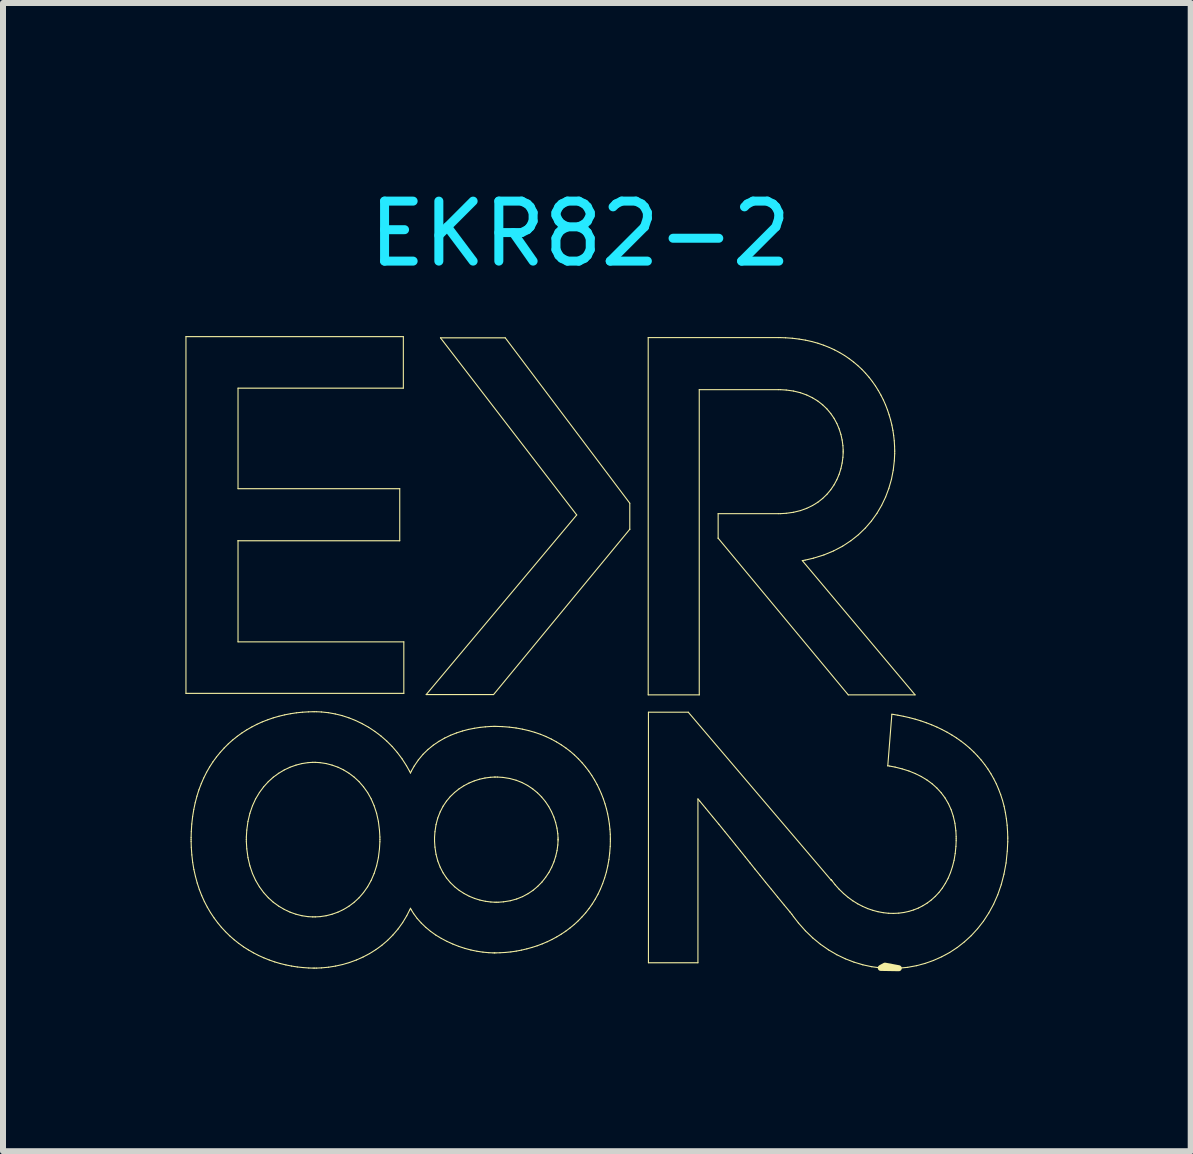
<source format=kicad_pcb>
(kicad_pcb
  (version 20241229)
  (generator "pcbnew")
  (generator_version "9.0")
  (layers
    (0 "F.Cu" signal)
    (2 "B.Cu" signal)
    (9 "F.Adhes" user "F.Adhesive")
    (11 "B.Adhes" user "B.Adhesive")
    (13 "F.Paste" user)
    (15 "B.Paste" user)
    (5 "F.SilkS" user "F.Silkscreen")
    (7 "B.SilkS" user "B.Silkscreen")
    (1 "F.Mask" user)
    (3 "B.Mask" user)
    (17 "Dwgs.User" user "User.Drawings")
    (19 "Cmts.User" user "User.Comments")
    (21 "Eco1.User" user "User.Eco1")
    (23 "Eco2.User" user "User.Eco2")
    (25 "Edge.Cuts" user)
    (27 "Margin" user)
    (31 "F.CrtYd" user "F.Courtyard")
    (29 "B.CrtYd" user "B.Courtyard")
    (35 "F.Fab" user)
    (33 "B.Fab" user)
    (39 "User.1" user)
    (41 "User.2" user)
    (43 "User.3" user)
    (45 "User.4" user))
  (footprint "EKR82-2"
    (layer "F.Cu")
    (at 6.623 0.348)
    (property "Reference" "EKR82-2" (at 0 0.5 0) (layer "B.CrtYd") (effects (font (size 1 1) (thickness 0.15))))
    (attr through_hole)
    (fp_poly (pts (xy 0.826 4.991) (xy 0.826 5.425) (xy -1.445 8.181) (xy -2.568 8.181) (xy -0.059 5.187) (xy -2.33 2.234) (xy -1.25 2.234)) (stroke (width 0.1) (type solid)) (fill yes) (layer "F.Mask"))
    (fp_poly (pts (xy -2.949 3.073) (xy -5.705 3.073) (xy -5.705 4.749) (xy -3.009 4.749) (xy -3.009 5.617) (xy -5.705 5.617) (xy -5.705 7.302) (xy -2.941 7.302) (xy -2.941 8.161) (xy -6.573 8.161) (xy -6.573 2.214) (xy -2.949 2.214)) (stroke (width 0.1) (type solid)) (fill yes) (layer "F.Mask"))
    (fp_poly (pts (xy 3.537 2.241) (xy 3.649 2.255) (xy 3.757 2.273) (xy 3.861 2.296) (xy 4.058 2.357) (xy 4.325 2.48) (xy 4.407 2.529) (xy 4.484 2.582) (xy 4.628 2.697) (xy 4.695 2.759) (xy 4.816 2.893) (xy 4.922 3.037) (xy 5.089 3.35) (xy 5.149 3.517) (xy 5.212 3.775) (xy 5.225 3.862) (xy 5.235 3.951) (xy 5.24 4.039) (xy 5.242 4.167) (xy 5.236 4.285) (xy 5.218 4.44) (xy 5.145 4.742) (xy 5.091 4.887) (xy 5.024 5.027) (xy 4.946 5.16) (xy 4.855 5.287) (xy 4.753 5.405) (xy 4.638 5.516) (xy 4.512 5.616) (xy 4.374 5.707) (xy 4.062 5.853) (xy 3.888 5.907) (xy 3.702 5.948) (xy 5.582 8.186) (xy 4.468 8.186) (xy 2.299 5.574) (xy 2.299 5.165) (xy 3.335 5.165) (xy 3.434 5.159) (xy 3.671 5.114) (xy 3.776 5.076) (xy 3.873 5.029) (xy 3.962 4.974) (xy 4.114 4.841) (xy 4.177 4.765) (xy 4.278 4.598) (xy 4.316 4.509) (xy 4.345 4.416) (xy 4.366 4.321) (xy 4.379 4.225) (xy 4.383 4.104) (xy 4.366 3.937) (xy 4.316 3.751) (xy 4.278 3.662) (xy 4.232 3.577) (xy 4.177 3.497) (xy 4.114 3.421) (xy 3.873 3.234) (xy 3.776 3.187) (xy 3.671 3.149) (xy 3.434 3.104) (xy 1.984 3.098) (xy 1.984 8.186) (xy 1.133 8.186) (xy 1.133 2.23)) (stroke (width 0.1) (type solid)) (fill yes) (layer "F.Mask"))
    (fp_poly (pts (xy 4.248 11.35) (xy 4.39 11.498) (xy 4.544 11.619) (xy 4.625 11.669) (xy 4.792 11.749) (xy 5.051 11.817) (xy 5.138 11.827) (xy 5.31 11.825) (xy 5.477 11.796) (xy 5.558 11.771) (xy 5.712 11.701) (xy 5.785 11.656) (xy 5.919 11.545) (xy 5.98 11.48) (xy 6.087 11.328) (xy 6.133 11.243) (xy 6.172 11.15) (xy 6.205 11.05) (xy 6.251 10.831) (xy 6.263 10.711) (xy 6.267 10.616) (xy 6.262 10.452) (xy 6.246 10.326) (xy 6.219 10.209) (xy 6.137 9.999) (xy 6.082 9.905) (xy 6.018 9.819) (xy 5.867 9.669) (xy 5.686 9.548) (xy 5.585 9.498) (xy 5.479 9.455) (xy 5.249 9.39) (xy 5.127 9.368) (xy 5.195 8.509) (xy 5.489 8.566) (xy 5.769 8.651) (xy 5.946 8.723) (xy 6.031 8.764) (xy 6.195 8.855) (xy 6.35 8.959) (xy 6.493 9.075) (xy 6.624 9.205) (xy 6.685 9.274) (xy 6.742 9.347) (xy 6.796 9.422) (xy 6.846 9.501) (xy 6.936 9.669) (xy 6.974 9.758) (xy 7.009 9.85) (xy 7.04 9.945) (xy 7.066 10.043) (xy 7.087 10.145) (xy 7.104 10.25) (xy 7.117 10.358) (xy 7.124 10.47) (xy 7.127 10.556) (xy 7.119 10.791) (xy 7.099 10.988) (xy 7.064 11.175) (xy 7.018 11.352) (xy 6.96 11.519) (xy 6.811 11.822) (xy 6.722 11.959) (xy 6.624 12.084) (xy 6.518 12.2) (xy 6.404 12.304) (xy 6.284 12.398) (xy 6.026 12.552) (xy 5.889 12.613) (xy 5.605 12.701) (xy 5.458 12.728) (xy 5.31 12.743) (xy 5.08 12.7) (xy 5.01 12.738) (xy 4.711 12.686) (xy 4.277 12.518) (xy 4.139 12.437) (xy 4.005 12.344) (xy 3.753 12.119) (xy 3.403 11.693) (xy 1.962 9.921) (xy 1.962 12.652) (xy 1.137 12.652) (xy 1.137 8.475) (xy 1.801 8.475)) (stroke (width 0.1) (type solid)) (fill yes) (layer "F.Mask"))
    (fp_poly (pts (xy -4.314 8.471) (xy -4.084 8.504) (xy -3.856 8.569) (xy -3.744 8.614) (xy -3.527 8.727) (xy -3.322 8.872) (xy -3.226 8.956) (xy -3.135 9.047) (xy -3.05 9.146) (xy -2.97 9.253) (xy -2.897 9.367) (xy -2.846 9.458) (xy -2.83 9.489) (xy -2.769 9.374) (xy -2.622 9.178) (xy -2.538 9.096) (xy -2.449 9.024) (xy -2.356 8.961) (xy -2.26 8.906) (xy -2.161 8.859) (xy -2.062 8.82) (xy -1.962 8.788) (xy -1.766 8.743) (xy -1.582 8.719) (xy -1.419 8.711) (xy -1.299 8.715) (xy -1.183 8.724) (xy -0.858 8.782) (xy -0.569 8.882) (xy -0.48 8.924) (xy -0.396 8.97) (xy -0.165 9.129) (xy 0.088 9.386) (xy 0.281 9.681) (xy 0.319 9.759) (xy 0.354 9.839) (xy 0.386 9.921) (xy 0.413 10.003) (xy 0.473 10.255) (xy 0.495 10.425) (xy 0.501 10.51) (xy 0.5 10.711) (xy 0.478 10.933) (xy 0.459 11.038) (xy 0.436 11.139) (xy 0.318 11.449) (xy 0.25 11.592) (xy 0.201 11.671) (xy 0.147 11.747) (xy -0.033 11.952) (xy -0.168 12.07) (xy -0.315 12.174) (xy -0.391 12.22) (xy -0.47 12.263) (xy -0.551 12.302) (xy -0.633 12.337) (xy -0.718 12.369) (xy -0.89 12.42) (xy -1.157 12.471) (xy -1.338 12.485) (xy -1.453 12.487) (xy -1.622 12.475) (xy -1.722 12.46) (xy -1.924 12.412) (xy -2.025 12.379) (xy -2.221 12.296) (xy -2.316 12.246) (xy -2.407 12.191) (xy -2.493 12.13) (xy -2.574 12.063) (xy -2.649 11.991) (xy -2.718 11.914) (xy -2.778 11.832) (xy -2.83 11.744) (xy -2.892 11.868) (xy -2.961 11.983) (xy -3.038 12.09) (xy -3.211 12.278) (xy -3.407 12.433) (xy -3.512 12.499) (xy -3.62 12.556) (xy -3.845 12.647) (xy -3.961 12.681) (xy -4.078 12.707) (xy -4.195 12.726) (xy -4.312 12.737) (xy -4.452 12.741) (xy -4.621 12.732) (xy -4.812 12.707) (xy -4.907 12.688) (xy -5.001 12.665) (xy -5.184 12.606) (xy -5.362 12.531) (xy -5.448 12.486) (xy -5.532 12.438) (xy -5.614 12.386) (xy -5.693 12.329) (xy -5.77 12.268) (xy -5.844 12.203) (xy -5.982 12.061) (xy -6.046 11.983) (xy -6.107 11.901) (xy -6.164 11.815) (xy -6.217 11.725) (xy -6.266 11.631) (xy -6.31 11.533) (xy -6.385 11.323) (xy -6.415 11.212) (xy -6.441 11.097) (xy -6.461 10.978) (xy -6.475 10.854) (xy -6.484 10.727) (xy -6.487 10.628) (xy -6.484 10.465) (xy -6.476 10.339) (xy -6.462 10.217) (xy -6.443 10.099) (xy -6.419 9.985) (xy -6.39 9.875) (xy -6.357 9.769) (xy -6.318 9.667) (xy -6.276 9.57) (xy -6.229 9.476) (xy -6.123 9.302) (xy -6.064 9.221) (xy -6.001 9.144) (xy -5.935 9.071) (xy -5.866 9.002) (xy -5.664 8.84) (xy -5.558 8.768) (xy -5.474 8.72) (xy -5.388 8.676) (xy -5.117 8.569) (xy -5.022 8.542) (xy -4.927 8.519) (xy -4.829 8.5) (xy -4.454 8.467)) (stroke (width 0.1) (type solid)) (fill yes) (layer "F.Mask"))
    (fp_line (start -6.573 2.214) (end -6.573 8.161) (stroke (width 0.018) (type solid)) (layer "F.SilkS"))
    (fp_line (start -6.573 8.161) (end -2.941 8.161) (stroke (width 0.018) (type solid)) (layer "F.SilkS"))
    (fp_line (start -6.487 10.563) (end -6.487 10.595) (stroke (width 0.018) (type solid)) (layer "F.SilkS"))
    (fp_line (start -6.487 10.595) (end -6.487 10.628) (stroke (width 0.018) (type solid)) (layer "F.SilkS"))
    (fp_line (start -6.487 10.628) (end -6.484 10.727) (stroke (width 0.018) (type solid)) (layer "F.SilkS"))
    (fp_line (start -6.484 10.465) (end -6.487 10.563) (stroke (width 0.018) (type solid)) (layer "F.SilkS"))
    (fp_line (start -6.484 10.727) (end -6.475 10.854) (stroke (width 0.018) (type solid)) (layer "F.SilkS"))
    (fp_line (start -6.476 10.339) (end -6.484 10.465) (stroke (width 0.018) (type solid)) (layer "F.SilkS"))
    (fp_line (start -6.475 10.854) (end -6.461 10.978) (stroke (width 0.018) (type solid)) (layer "F.SilkS"))
    (fp_line (start -6.462 10.217) (end -6.476 10.339) (stroke (width 0.018) (type solid)) (layer "F.SilkS"))
    (fp_line (start -6.461 10.978) (end -6.441 11.097) (stroke (width 0.018) (type solid)) (layer "F.SilkS"))
    (fp_line (start -6.443 10.099) (end -6.462 10.217) (stroke (width 0.018) (type solid)) (layer "F.SilkS"))
    (fp_line (start -6.441 11.097) (end -6.415 11.212) (stroke (width 0.018) (type solid)) (layer "F.SilkS"))
    (fp_line (start -6.419 9.985) (end -6.443 10.099) (stroke (width 0.018) (type solid)) (layer "F.SilkS"))
    (fp_line (start -6.415 11.212) (end -6.385 11.323) (stroke (width 0.018) (type solid)) (layer "F.SilkS"))
    (fp_line (start -6.39 9.875) (end -6.419 9.985) (stroke (width 0.018) (type solid)) (layer "F.SilkS"))
    (fp_line (start -6.385 11.323) (end -6.35 11.43) (stroke (width 0.018) (type solid)) (layer "F.SilkS"))
    (fp_line (start -6.357 9.769) (end -6.39 9.875) (stroke (width 0.018) (type solid)) (layer "F.SilkS"))
    (fp_line (start -6.35 11.43) (end -6.31 11.533) (stroke (width 0.018) (type solid)) (layer "F.SilkS"))
    (fp_line (start -6.318 9.667) (end -6.357 9.769) (stroke (width 0.018) (type solid)) (layer "F.SilkS"))
    (fp_line (start -6.31 11.533) (end -6.266 11.631) (stroke (width 0.018) (type solid)) (layer "F.SilkS"))
    (fp_line (start -6.276 9.57) (end -6.318 9.667) (stroke (width 0.018) (type solid)) (layer "F.SilkS"))
    (fp_line (start -6.266 11.631) (end -6.217 11.725) (stroke (width 0.018) (type solid)) (layer "F.SilkS"))
    (fp_line (start -6.229 9.476) (end -6.276 9.57) (stroke (width 0.018) (type solid)) (layer "F.SilkS"))
    (fp_line (start -6.217 11.725) (end -6.164 11.815) (stroke (width 0.018) (type solid)) (layer "F.SilkS"))
    (fp_line (start -6.178 9.387) (end -6.229 9.476) (stroke (width 0.018) (type solid)) (layer "F.SilkS"))
    (fp_line (start -6.164 11.815) (end -6.107 11.901) (stroke (width 0.018) (type solid)) (layer "F.SilkS"))
    (fp_line (start -6.123 9.302) (end -6.178 9.387) (stroke (width 0.018) (type solid)) (layer "F.SilkS"))
    (fp_line (start -6.107 11.901) (end -6.046 11.983) (stroke (width 0.018) (type solid)) (layer "F.SilkS"))
    (fp_line (start -6.064 9.221) (end -6.123 9.302) (stroke (width 0.018) (type solid)) (layer "F.SilkS"))
    (fp_line (start -6.046 11.983) (end -5.982 12.061) (stroke (width 0.018) (type solid)) (layer "F.SilkS"))
    (fp_line (start -6.001 9.144) (end -6.064 9.221) (stroke (width 0.018) (type solid)) (layer "F.SilkS"))
    (fp_line (start -5.982 12.061) (end -5.914 12.134) (stroke (width 0.018) (type solid)) (layer "F.SilkS"))
    (fp_line (start -5.935 9.071) (end -6.001 9.144) (stroke (width 0.018) (type solid)) (layer "F.SilkS"))
    (fp_line (start -5.914 12.134) (end -5.844 12.203) (stroke (width 0.018) (type solid)) (layer "F.SilkS"))
    (fp_line (start -5.866 9.002) (end -5.935 9.071) (stroke (width 0.018) (type solid)) (layer "F.SilkS"))
    (fp_line (start -5.844 12.203) (end -5.77 12.268) (stroke (width 0.018) (type solid)) (layer "F.SilkS"))
    (fp_line (start -5.793 8.937) (end -5.866 9.002) (stroke (width 0.018) (type solid)) (layer "F.SilkS"))
    (fp_line (start -5.77 12.268) (end -5.693 12.329) (stroke (width 0.018) (type solid)) (layer "F.SilkS"))
    (fp_line (start -5.718 8.877) (end -5.793 8.937) (stroke (width 0.018) (type solid)) (layer "F.SilkS"))
    (fp_line (start -5.705 3.073) (end -2.949 3.073) (stroke (width 0.018) (type solid)) (layer "F.SilkS"))
    (fp_line (start -5.705 4.749) (end -5.705 3.073) (stroke (width 0.018) (type solid)) (layer "F.SilkS"))
    (fp_line (start -5.705 5.617) (end -5.705 5.617) (stroke (width 0.018) (type solid)) (layer "F.SilkS"))
    (fp_line (start -5.705 5.617) (end -3.009 5.617) (stroke (width 0.018) (type solid)) (layer "F.SilkS"))
    (fp_line (start -5.705 7.302) (end -5.705 5.617) (stroke (width 0.018) (type solid)) (layer "F.SilkS"))
    (fp_line (start -5.693 12.329) (end -5.614 12.386) (stroke (width 0.018) (type solid)) (layer "F.SilkS"))
    (fp_line (start -5.639 8.82) (end -5.718 8.877) (stroke (width 0.018) (type solid)) (layer "F.SilkS"))
    (fp_line (start -5.614 12.386) (end -5.532 12.438) (stroke (width 0.018) (type solid)) (layer "F.SilkS"))
    (fp_line (start -5.566 10.556) (end -5.559 10.44) (stroke (width 0.018) (type solid)) (layer "F.SilkS"))
    (fp_line (start -5.566 10.595) (end -5.566 10.556) (stroke (width 0.018) (type solid)) (layer "F.SilkS"))
    (fp_line (start -5.566 10.595) (end -5.566 10.595) (stroke (width 0.018) (type solid)) (layer "F.SilkS"))
    (fp_line (start -5.566 10.635) (end -5.566 10.595) (stroke (width 0.018) (type solid)) (layer "F.SilkS"))
    (fp_line (start -5.559 10.44) (end -5.539 10.295) (stroke (width 0.018) (type solid)) (layer "F.SilkS"))
    (fp_line (start -5.559 10.753) (end -5.566 10.635) (stroke (width 0.018) (type solid)) (layer "F.SilkS"))
    (fp_line (start -5.558 8.768) (end -5.639 8.82) (stroke (width 0.018) (type solid)) (layer "F.SilkS"))
    (fp_line (start -5.539 10.295) (end -5.507 10.16) (stroke (width 0.018) (type solid)) (layer "F.SilkS"))
    (fp_line (start -5.539 10.9) (end -5.559 10.753) (stroke (width 0.018) (type solid)) (layer "F.SilkS"))
    (fp_line (start -5.532 12.438) (end -5.448 12.486) (stroke (width 0.018) (type solid)) (layer "F.SilkS"))
    (fp_line (start -5.507 10.16) (end -5.464 10.035) (stroke (width 0.018) (type solid)) (layer "F.SilkS"))
    (fp_line (start -5.507 11.037) (end -5.539 10.9) (stroke (width 0.018) (type solid)) (layer "F.SilkS"))
    (fp_line (start -5.474 8.72) (end -5.558 8.768) (stroke (width 0.018) (type solid)) (layer "F.SilkS"))
    (fp_line (start -5.464 10.035) (end -5.411 9.919) (stroke (width 0.018) (type solid)) (layer "F.SilkS"))
    (fp_line (start -5.464 11.164) (end -5.507 11.037) (stroke (width 0.018) (type solid)) (layer "F.SilkS"))
    (fp_line (start -5.448 12.486) (end -5.362 12.531) (stroke (width 0.018) (type solid)) (layer "F.SilkS"))
    (fp_line (start -5.411 9.919) (end -5.348 9.814) (stroke (width 0.018) (type solid)) (layer "F.SilkS"))
    (fp_line (start -5.411 11.28) (end -5.464 11.164) (stroke (width 0.018) (type solid)) (layer "F.SilkS"))
    (fp_line (start -5.388 8.676) (end -5.474 8.72) (stroke (width 0.018) (type solid)) (layer "F.SilkS"))
    (fp_line (start -5.362 12.531) (end -5.274 12.57) (stroke (width 0.018) (type solid)) (layer "F.SilkS"))
    (fp_line (start -5.348 9.814) (end -5.278 9.719) (stroke (width 0.018) (type solid)) (layer "F.SilkS"))
    (fp_line (start -5.348 11.386) (end -5.411 11.28) (stroke (width 0.018) (type solid)) (layer "F.SilkS"))
    (fp_line (start -5.3 8.636) (end -5.388 8.676) (stroke (width 0.018) (type solid)) (layer "F.SilkS"))
    (fp_line (start -5.278 9.719) (end -5.2 9.633) (stroke (width 0.018) (type solid)) (layer "F.SilkS"))
    (fp_line (start -5.278 11.482) (end -5.348 11.386) (stroke (width 0.018) (type solid)) (layer "F.SilkS"))
    (fp_line (start -5.274 12.57) (end -5.184 12.606) (stroke (width 0.018) (type solid)) (layer "F.SilkS"))
    (fp_line (start -5.209 8.601) (end -5.3 8.636) (stroke (width 0.018) (type solid)) (layer "F.SilkS"))
    (fp_line (start -5.2 9.633) (end -5.117 9.558) (stroke (width 0.018) (type solid)) (layer "F.SilkS"))
    (fp_line (start -5.2 11.568) (end -5.278 11.482) (stroke (width 0.018) (type solid)) (layer "F.SilkS"))
    (fp_line (start -5.184 12.606) (end -5.093 12.638) (stroke (width 0.018) (type solid)) (layer "F.SilkS"))
    (fp_line (start -5.117 8.569) (end -5.209 8.601) (stroke (width 0.018) (type solid)) (layer "F.SilkS"))
    (fp_line (start -5.117 9.558) (end -5.027 9.493) (stroke (width 0.018) (type solid)) (layer "F.SilkS"))
    (fp_line (start -5.117 11.643) (end -5.2 11.568) (stroke (width 0.018) (type solid)) (layer "F.SilkS"))
    (fp_line (start -5.093 12.638) (end -5.001 12.665) (stroke (width 0.018) (type solid)) (layer "F.SilkS"))
    (fp_line (start -5.027 9.493) (end -4.934 9.437) (stroke (width 0.018) (type solid)) (layer "F.SilkS"))
    (fp_line (start -5.027 11.708) (end -5.117 11.643) (stroke (width 0.018) (type solid)) (layer "F.SilkS"))
    (fp_line (start -5.022 8.542) (end -5.117 8.569) (stroke (width 0.018) (type solid)) (layer "F.SilkS"))
    (fp_line (start -5.001 12.665) (end -4.907 12.688) (stroke (width 0.018) (type solid)) (layer "F.SilkS"))
    (fp_line (start -4.934 9.437) (end -4.838 9.392) (stroke (width 0.018) (type solid)) (layer "F.SilkS"))
    (fp_line (start -4.934 11.763) (end -5.027 11.708) (stroke (width 0.018) (type solid)) (layer "F.SilkS"))
    (fp_line (start -4.927 8.519) (end -5.022 8.542) (stroke (width 0.018) (type solid)) (layer "F.SilkS"))
    (fp_line (start -4.907 12.688) (end -4.812 12.707) (stroke (width 0.018) (type solid)) (layer "F.SilkS"))
    (fp_line (start -4.838 9.392) (end -4.739 9.357) (stroke (width 0.018) (type solid)) (layer "F.SilkS"))
    (fp_line (start -4.838 11.808) (end -4.934 11.763) (stroke (width 0.018) (type solid)) (layer "F.SilkS"))
    (fp_line (start -4.829 8.5) (end -4.927 8.519) (stroke (width 0.018) (type solid)) (layer "F.SilkS"))
    (fp_line (start -4.812 12.707) (end -4.717 12.722) (stroke (width 0.018) (type solid)) (layer "F.SilkS"))
    (fp_line (start -4.739 9.357) (end -4.639 9.331) (stroke (width 0.018) (type solid)) (layer "F.SilkS"))
    (fp_line (start -4.739 11.843) (end -4.838 11.808) (stroke (width 0.018) (type solid)) (layer "F.SilkS"))
    (fp_line (start -4.731 8.485) (end -4.829 8.5) (stroke (width 0.018) (type solid)) (layer "F.SilkS"))
    (fp_line (start -4.717 12.722) (end -4.621 12.732) (stroke (width 0.018) (type solid)) (layer "F.SilkS"))
    (fp_line (start -4.639 9.331) (end -4.538 9.316) (stroke (width 0.018) (type solid)) (layer "F.SilkS"))
    (fp_line (start -4.639 11.868) (end -4.739 11.843) (stroke (width 0.018) (type solid)) (layer "F.SilkS"))
    (fp_line (start -4.631 8.475) (end -4.731 8.485) (stroke (width 0.018) (type solid)) (layer "F.SilkS"))
    (fp_line (start -4.621 12.732) (end -4.525 12.739) (stroke (width 0.018) (type solid)) (layer "F.SilkS"))
    (fp_line (start -4.538 9.316) (end -4.463 9.311) (stroke (width 0.018) (type solid)) (layer "F.SilkS"))
    (fp_line (start -4.538 11.883) (end -4.639 11.868) (stroke (width 0.018) (type solid)) (layer "F.SilkS"))
    (fp_line (start -4.53 8.469) (end -4.631 8.475) (stroke (width 0.018) (type solid)) (layer "F.SilkS"))
    (fp_line (start -4.525 12.739) (end -4.452 12.741) (stroke (width 0.018) (type solid)) (layer "F.SilkS"))
    (fp_line (start -4.463 9.311) (end -4.438 9.311) (stroke (width 0.018) (type solid)) (layer "F.SilkS"))
    (fp_line (start -4.463 11.887) (end -4.538 11.883) (stroke (width 0.018) (type solid)) (layer "F.SilkS"))
    (fp_line (start -4.454 8.467) (end -4.53 8.469) (stroke (width 0.018) (type solid)) (layer "F.SilkS"))
    (fp_line (start -4.452 12.741) (end -4.428 12.741) (stroke (width 0.018) (type solid)) (layer "F.SilkS"))
    (fp_line (start -4.438 9.311) (end -4.413 9.311) (stroke (width 0.018) (type solid)) (layer "F.SilkS"))
    (fp_line (start -4.438 11.887) (end -4.463 11.887) (stroke (width 0.018) (type solid)) (layer "F.SilkS"))
    (fp_line (start -4.428 8.467) (end -4.454 8.467) (stroke (width 0.018) (type solid)) (layer "F.SilkS"))
    (fp_line (start -4.428 12.741) (end -4.399 12.741) (stroke (width 0.018) (type solid)) (layer "F.SilkS"))
    (fp_line (start -4.413 9.311) (end -4.337 9.316) (stroke (width 0.018) (type solid)) (layer "F.SilkS"))
    (fp_line (start -4.413 11.887) (end -4.438 11.887) (stroke (width 0.018) (type solid)) (layer "F.SilkS"))
    (fp_line (start -4.4 8.467) (end -4.428 8.467) (stroke (width 0.018) (type solid)) (layer "F.SilkS"))
    (fp_line (start -4.399 12.741) (end -4.312 12.737) (stroke (width 0.018) (type solid)) (layer "F.SilkS"))
    (fp_line (start -4.337 9.316) (end -4.236 9.331) (stroke (width 0.018) (type solid)) (layer "F.SilkS"))
    (fp_line (start -4.337 11.883) (end -4.413 11.887) (stroke (width 0.018) (type solid)) (layer "F.SilkS"))
    (fp_line (start -4.314 8.471) (end -4.4 8.467) (stroke (width 0.018) (type solid)) (layer "F.SilkS"))
    (fp_line (start -4.312 12.737) (end -4.195 12.726) (stroke (width 0.018) (type solid)) (layer "F.SilkS"))
    (fp_line (start -4.236 9.331) (end -4.137 9.357) (stroke (width 0.018) (type solid)) (layer "F.SilkS"))
    (fp_line (start -4.236 11.868) (end -4.337 11.883) (stroke (width 0.018) (type solid)) (layer "F.SilkS"))
    (fp_line (start -4.199 8.483) (end -4.314 8.471) (stroke (width 0.018) (type solid)) (layer "F.SilkS"))
    (fp_line (start -4.195 12.726) (end -4.078 12.707) (stroke (width 0.018) (type solid)) (layer "F.SilkS"))
    (fp_line (start -4.137 9.357) (end -4.039 9.392) (stroke (width 0.018) (type solid)) (layer "F.SilkS"))
    (fp_line (start -4.137 11.843) (end -4.236 11.868) (stroke (width 0.018) (type solid)) (layer "F.SilkS"))
    (fp_line (start -4.084 8.504) (end -4.199 8.483) (stroke (width 0.018) (type solid)) (layer "F.SilkS"))
    (fp_line (start -4.078 12.707) (end -3.961 12.681) (stroke (width 0.018) (type solid)) (layer "F.SilkS"))
    (fp_line (start -4.039 9.392) (end -3.945 9.437) (stroke (width 0.018) (type solid)) (layer "F.SilkS"))
    (fp_line (start -4.039 11.808) (end -4.137 11.843) (stroke (width 0.018) (type solid)) (layer "F.SilkS"))
    (fp_line (start -3.969 8.532) (end -4.084 8.504) (stroke (width 0.018) (type solid)) (layer "F.SilkS"))
    (fp_line (start -3.961 12.681) (end -3.845 12.647) (stroke (width 0.018) (type solid)) (layer "F.SilkS"))
    (fp_line (start -3.945 9.437) (end -3.854 9.493) (stroke (width 0.018) (type solid)) (layer "F.SilkS"))
    (fp_line (start -3.945 11.763) (end -4.039 11.808) (stroke (width 0.018) (type solid)) (layer "F.SilkS"))
    (fp_line (start -3.856 8.569) (end -3.969 8.532) (stroke (width 0.018) (type solid)) (layer "F.SilkS"))
    (fp_line (start -3.854 9.493) (end -3.768 9.558) (stroke (width 0.018) (type solid)) (layer "F.SilkS"))
    (fp_line (start -3.854 11.708) (end -3.945 11.763) (stroke (width 0.018) (type solid)) (layer "F.SilkS"))
    (fp_line (start -3.845 12.647) (end -3.732 12.606) (stroke (width 0.018) (type solid)) (layer "F.SilkS"))
    (fp_line (start -3.768 9.558) (end -3.687 9.633) (stroke (width 0.018) (type solid)) (layer "F.SilkS"))
    (fp_line (start -3.768 11.643) (end -3.854 11.708) (stroke (width 0.018) (type solid)) (layer "F.SilkS"))
    (fp_line (start -3.744 8.614) (end -3.856 8.569) (stroke (width 0.018) (type solid)) (layer "F.SilkS"))
    (fp_line (start -3.732 12.606) (end -3.62 12.556) (stroke (width 0.018) (type solid)) (layer "F.SilkS"))
    (fp_line (start -3.687 9.633) (end -3.613 9.719) (stroke (width 0.018) (type solid)) (layer "F.SilkS"))
    (fp_line (start -3.687 11.568) (end -3.768 11.643) (stroke (width 0.018) (type solid)) (layer "F.SilkS"))
    (fp_line (start -3.634 8.667) (end -3.744 8.614) (stroke (width 0.018) (type solid)) (layer "F.SilkS"))
    (fp_line (start -3.62 12.556) (end -3.512 12.499) (stroke (width 0.018) (type solid)) (layer "F.SilkS"))
    (fp_line (start -3.613 9.719) (end -3.545 9.814) (stroke (width 0.018) (type solid)) (layer "F.SilkS"))
    (fp_line (start -3.613 11.482) (end -3.687 11.568) (stroke (width 0.018) (type solid)) (layer "F.SilkS"))
    (fp_line (start -3.545 9.814) (end -3.486 9.919) (stroke (width 0.018) (type solid)) (layer "F.SilkS"))
    (fp_line (start -3.545 11.386) (end -3.613 11.482) (stroke (width 0.018) (type solid)) (layer "F.SilkS"))
    (fp_line (start -3.527 8.727) (end -3.634 8.667) (stroke (width 0.018) (type solid)) (layer "F.SilkS"))
    (fp_line (start -3.512 12.499) (end -3.407 12.433) (stroke (width 0.018) (type solid)) (layer "F.SilkS"))
    (fp_line (start -3.486 9.919) (end -3.436 10.035) (stroke (width 0.018) (type solid)) (layer "F.SilkS"))
    (fp_line (start -3.486 11.28) (end -3.545 11.386) (stroke (width 0.018) (type solid)) (layer "F.SilkS"))
    (fp_line (start -3.436 10.035) (end -3.395 10.16) (stroke (width 0.018) (type solid)) (layer "F.SilkS"))
    (fp_line (start -3.436 11.164) (end -3.486 11.28) (stroke (width 0.018) (type solid)) (layer "F.SilkS"))
    (fp_line (start -3.423 8.796) (end -3.527 8.727) (stroke (width 0.018) (type solid)) (layer "F.SilkS"))
    (fp_line (start -3.407 12.433) (end -3.307 12.36) (stroke (width 0.018) (type solid)) (layer "F.SilkS"))
    (fp_line (start -3.395 10.16) (end -3.365 10.295) (stroke (width 0.018) (type solid)) (layer "F.SilkS"))
    (fp_line (start -3.395 11.037) (end -3.436 11.164) (stroke (width 0.018) (type solid)) (layer "F.SilkS"))
    (fp_line (start -3.365 10.295) (end -3.347 10.44) (stroke (width 0.018) (type solid)) (layer "F.SilkS"))
    (fp_line (start -3.365 10.9) (end -3.395 11.037) (stroke (width 0.018) (type solid)) (layer "F.SilkS"))
    (fp_line (start -3.347 10.44) (end -3.34 10.556) (stroke (width 0.018) (type solid)) (layer "F.SilkS"))
    (fp_line (start -3.347 10.753) (end -3.365 10.9) (stroke (width 0.018) (type solid)) (layer "F.SilkS"))
    (fp_line (start -3.34 10.556) (end -3.34 10.595) (stroke (width 0.018) (type solid)) (layer "F.SilkS"))
    (fp_line (start -3.34 10.595) (end -3.34 10.635) (stroke (width 0.018) (type solid)) (layer "F.SilkS"))
    (fp_line (start -3.34 10.635) (end -3.347 10.753) (stroke (width 0.018) (type solid)) (layer "F.SilkS"))
    (fp_line (start -3.322 8.872) (end -3.423 8.796) (stroke (width 0.018) (type solid)) (layer "F.SilkS"))
    (fp_line (start -3.307 12.36) (end -3.211 12.278) (stroke (width 0.018) (type solid)) (layer "F.SilkS"))
    (fp_line (start -3.226 8.956) (end -3.322 8.872) (stroke (width 0.018) (type solid)) (layer "F.SilkS"))
    (fp_line (start -3.211 12.278) (end -3.122 12.188) (stroke (width 0.018) (type solid)) (layer "F.SilkS"))
    (fp_line (start -3.135 9.047) (end -3.226 8.956) (stroke (width 0.018) (type solid)) (layer "F.SilkS"))
    (fp_line (start -3.122 12.188) (end -3.038 12.09) (stroke (width 0.018) (type solid)) (layer "F.SilkS"))
    (fp_line (start -3.05 9.146) (end -3.135 9.047) (stroke (width 0.018) (type solid)) (layer "F.SilkS"))
    (fp_line (start -3.038 12.09) (end -2.961 11.983) (stroke (width 0.018) (type solid)) (layer "F.SilkS"))
    (fp_line (start -3.009 4.749) (end -5.705 4.749) (stroke (width 0.018) (type solid)) (layer "F.SilkS"))
    (fp_line (start -3.009 5.617) (end -3.009 4.749) (stroke (width 0.018) (type solid)) (layer "F.SilkS"))
    (fp_line (start -2.97 9.253) (end -3.05 9.146) (stroke (width 0.018) (type solid)) (layer "F.SilkS"))
    (fp_line (start -2.961 11.983) (end -2.892 11.868) (stroke (width 0.018) (type solid)) (layer "F.SilkS"))
    (fp_line (start -2.949 2.214) (end -6.573 2.214) (stroke (width 0.018) (type solid)) (layer "F.SilkS"))
    (fp_line (start -2.949 3.073) (end -2.949 2.214) (stroke (width 0.018) (type solid)) (layer "F.SilkS"))
    (fp_line (start -2.941 7.302) (end -5.705 7.302) (stroke (width 0.018) (type solid)) (layer "F.SilkS"))
    (fp_line (start -2.941 8.161) (end -2.941 7.302) (stroke (width 0.018) (type solid)) (layer "F.SilkS"))
    (fp_line (start -2.897 9.367) (end -2.97 9.253) (stroke (width 0.018) (type solid)) (layer "F.SilkS"))
    (fp_line (start -2.892 11.868) (end -2.845 11.775) (stroke (width 0.018) (type solid)) (layer "F.SilkS"))
    (fp_line (start -2.846 9.458) (end -2.897 9.367) (stroke (width 0.018) (type solid)) (layer "F.SilkS"))
    (fp_line (start -2.845 11.775) (end -2.83 11.744) (stroke (width 0.018) (type solid)) (layer "F.SilkS"))
    (fp_line (start -2.83 9.489) (end -2.846 9.458) (stroke (width 0.018) (type solid)) (layer "F.SilkS"))
    (fp_line (start -2.83 11.744) (end -2.819 11.766) (stroke (width 0.018) (type solid)) (layer "F.SilkS"))
    (fp_line (start -2.819 11.766) (end -2.778 11.832) (stroke (width 0.018) (type solid)) (layer "F.SilkS"))
    (fp_line (start -2.817 9.459) (end -2.83 9.489) (stroke (width 0.018) (type solid)) (layer "F.SilkS"))
    (fp_line (start -2.778 11.832) (end -2.718 11.914) (stroke (width 0.018) (type solid)) (layer "F.SilkS"))
    (fp_line (start -2.769 9.374) (end -2.817 9.459) (stroke (width 0.018) (type solid)) (layer "F.SilkS"))
    (fp_line (start -2.718 11.914) (end -2.649 11.991) (stroke (width 0.018) (type solid)) (layer "F.SilkS"))
    (fp_line (start -2.699 9.271) (end -2.769 9.374) (stroke (width 0.018) (type solid)) (layer "F.SilkS"))
    (fp_line (start -2.649 11.991) (end -2.574 12.063) (stroke (width 0.018) (type solid)) (layer "F.SilkS"))
    (fp_line (start -2.622 9.178) (end -2.699 9.271) (stroke (width 0.018) (type solid)) (layer "F.SilkS"))
    (fp_line (start -2.574 12.063) (end -2.493 12.13) (stroke (width 0.018) (type solid)) (layer "F.SilkS"))
    (fp_line (start -2.568 8.181) (end -0.059 5.187) (stroke (width 0.018) (type solid)) (layer "F.SilkS"))
    (fp_line (start -2.538 9.096) (end -2.622 9.178) (stroke (width 0.018) (type solid)) (layer "F.SilkS"))
    (fp_line (start -2.493 12.13) (end -2.407 12.191) (stroke (width 0.018) (type solid)) (layer "F.SilkS"))
    (fp_line (start -2.449 9.024) (end -2.538 9.096) (stroke (width 0.018) (type solid)) (layer "F.SilkS"))
    (fp_line (start -2.429 10.563) (end -2.422 10.468) (stroke (width 0.018) (type solid)) (layer "F.SilkS"))
    (fp_line (start -2.429 10.595) (end -2.429 10.563) (stroke (width 0.018) (type solid)) (layer "F.SilkS"))
    (fp_line (start -2.429 10.627) (end -2.429 10.595) (stroke (width 0.018) (type solid)) (layer "F.SilkS"))
    (fp_line (start -2.422 10.468) (end -2.404 10.349) (stroke (width 0.018) (type solid)) (layer "F.SilkS"))
    (fp_line (start -2.422 10.724) (end -2.429 10.627) (stroke (width 0.018) (type solid)) (layer "F.SilkS"))
    (fp_line (start -2.407 12.191) (end -2.316 12.246) (stroke (width 0.018) (type solid)) (layer "F.SilkS"))
    (fp_line (start -2.404 10.349) (end -2.375 10.239) (stroke (width 0.018) (type solid)) (layer "F.SilkS"))
    (fp_line (start -2.404 10.844) (end -2.422 10.724) (stroke (width 0.018) (type solid)) (layer "F.SilkS"))
    (fp_line (start -2.375 10.239) (end -2.335 10.137) (stroke (width 0.018) (type solid)) (layer "F.SilkS"))
    (fp_line (start -2.375 10.955) (end -2.404 10.844) (stroke (width 0.018) (type solid)) (layer "F.SilkS"))
    (fp_line (start -2.356 8.961) (end -2.449 9.024) (stroke (width 0.018) (type solid)) (layer "F.SilkS"))
    (fp_line (start -2.335 10.137) (end -2.287 10.043) (stroke (width 0.018) (type solid)) (layer "F.SilkS"))
    (fp_line (start -2.335 11.058) (end -2.375 10.955) (stroke (width 0.018) (type solid)) (layer "F.SilkS"))
    (fp_line (start -2.33 2.234) (end -1.25 2.234) (stroke (width 0.018) (type solid)) (layer "F.SilkS"))
    (fp_line (start -2.316 12.246) (end -2.221 12.296) (stroke (width 0.018) (type solid)) (layer "F.SilkS"))
    (fp_line (start -2.287 10.043) (end -2.23 9.958) (stroke (width 0.018) (type solid)) (layer "F.SilkS"))
    (fp_line (start -2.287 11.152) (end -2.335 11.058) (stroke (width 0.018) (type solid)) (layer "F.SilkS"))
    (fp_line (start -2.26 8.906) (end -2.356 8.961) (stroke (width 0.018) (type solid)) (layer "F.SilkS"))
    (fp_line (start -2.23 9.958) (end -2.166 9.881) (stroke (width 0.018) (type solid)) (layer "F.SilkS"))
    (fp_line (start -2.23 11.238) (end -2.287 11.152) (stroke (width 0.018) (type solid)) (layer "F.SilkS"))
    (fp_line (start -2.221 12.296) (end -2.124 12.34) (stroke (width 0.018) (type solid)) (layer "F.SilkS"))
    (fp_line (start -2.166 9.881) (end -2.095 9.813) (stroke (width 0.018) (type solid)) (layer "F.SilkS"))
    (fp_line (start -2.165 11.316) (end -2.23 11.238) (stroke (width 0.018) (type solid)) (layer "F.SilkS"))
    (fp_line (start -2.161 8.859) (end -2.26 8.906) (stroke (width 0.018) (type solid)) (layer "F.SilkS"))
    (fp_line (start -2.124 12.34) (end -2.025 12.379) (stroke (width 0.018) (type solid)) (layer "F.SilkS"))
    (fp_line (start -2.095 9.813) (end -2.019 9.752) (stroke (width 0.018) (type solid)) (layer "F.SilkS"))
    (fp_line (start -2.094 11.385) (end -2.165 11.316) (stroke (width 0.018) (type solid)) (layer "F.SilkS"))
    (fp_line (start -2.062 8.82) (end -2.161 8.859) (stroke (width 0.018) (type solid)) (layer "F.SilkS"))
    (fp_line (start -2.025 12.379) (end -1.924 12.412) (stroke (width 0.018) (type solid)) (layer "F.SilkS"))
    (fp_line (start -2.019 9.752) (end -1.938 9.7) (stroke (width 0.018) (type solid)) (layer "F.SilkS"))
    (fp_line (start -2.017 11.446) (end -2.094 11.385) (stroke (width 0.018) (type solid)) (layer "F.SilkS"))
    (fp_line (start -1.962 8.788) (end -2.062 8.82) (stroke (width 0.018) (type solid)) (layer "F.SilkS"))
    (fp_line (start -1.938 9.7) (end -1.854 9.656) (stroke (width 0.018) (type solid)) (layer "F.SilkS"))
    (fp_line (start -1.936 11.498) (end -2.017 11.446) (stroke (width 0.018) (type solid)) (layer "F.SilkS"))
    (fp_line (start -1.924 12.412) (end -1.823 12.439) (stroke (width 0.018) (type solid)) (layer "F.SilkS"))
    (fp_line (start -1.863 8.762) (end -1.962 8.788) (stroke (width 0.018) (type solid)) (layer "F.SilkS"))
    (fp_line (start -1.854 9.656) (end -1.767 9.62) (stroke (width 0.018) (type solid)) (layer "F.SilkS"))
    (fp_line (start -1.851 11.543) (end -1.936 11.498) (stroke (width 0.018) (type solid)) (layer "F.SilkS"))
    (fp_line (start -1.823 12.439) (end -1.722 12.46) (stroke (width 0.018) (type solid)) (layer "F.SilkS"))
    (fp_line (start -1.767 9.62) (end -1.678 9.592) (stroke (width 0.018) (type solid)) (layer "F.SilkS"))
    (fp_line (start -1.766 8.743) (end -1.863 8.762) (stroke (width 0.018) (type solid)) (layer "F.SilkS"))
    (fp_line (start -1.763 11.579) (end -1.851 11.543) (stroke (width 0.018) (type solid)) (layer "F.SilkS"))
    (fp_line (start -1.722 12.46) (end -1.622 12.475) (stroke (width 0.018) (type solid)) (layer "F.SilkS"))
    (fp_line (start -1.678 9.592) (end -1.588 9.572) (stroke (width 0.018) (type solid)) (layer "F.SilkS"))
    (fp_line (start -1.673 11.607) (end -1.763 11.579) (stroke (width 0.018) (type solid)) (layer "F.SilkS"))
    (fp_line (start -1.672 8.728) (end -1.766 8.743) (stroke (width 0.018) (type solid)) (layer "F.SilkS"))
    (fp_line (start -1.622 12.475) (end -1.524 12.484) (stroke (width 0.018) (type solid)) (layer "F.SilkS"))
    (fp_line (start -1.588 9.572) (end -1.498 9.56) (stroke (width 0.018) (type solid)) (layer "F.SilkS"))
    (fp_line (start -1.582 8.719) (end -1.672 8.728) (stroke (width 0.018) (type solid)) (layer "F.SilkS"))
    (fp_line (start -1.581 11.627) (end -1.673 11.607) (stroke (width 0.018) (type solid)) (layer "F.SilkS"))
    (fp_line (start -1.524 12.484) (end -1.453 12.487) (stroke (width 0.018) (type solid)) (layer "F.SilkS"))
    (fp_line (start -1.498 9.56) (end -1.431 9.556) (stroke (width 0.018) (type solid)) (layer "F.SilkS"))
    (fp_line (start -1.498 8.713) (end -1.582 8.719) (stroke (width 0.018) (type solid)) (layer "F.SilkS"))
    (fp_line (start -1.49 11.639) (end -1.581 11.627) (stroke (width 0.018) (type solid)) (layer "F.SilkS"))
    (fp_line (start -1.453 12.487) (end -1.429 12.487) (stroke (width 0.018) (type solid)) (layer "F.SilkS"))
    (fp_line (start -1.445 8.181) (end -2.568 8.181) (stroke (width 0.018) (type solid)) (layer "F.SilkS"))
    (fp_line (start -1.439 8.711) (end -1.498 8.713) (stroke (width 0.018) (type solid)) (layer "F.SilkS"))
    (fp_line (start -1.431 9.556) (end -1.409 9.556) (stroke (width 0.018) (type solid)) (layer "F.SilkS"))
    (fp_line (start -1.429 12.487) (end -1.429 12.487) (stroke (width 0.018) (type solid)) (layer "F.SilkS"))
    (fp_line (start -1.429 12.487) (end -1.406 12.487) (stroke (width 0.018) (type solid)) (layer "F.SilkS"))
    (fp_line (start -1.422 11.643) (end -1.49 11.639) (stroke (width 0.018) (type solid)) (layer "F.SilkS"))
    (fp_line (start -1.419 8.711) (end -1.439 8.711) (stroke (width 0.018) (type solid)) (layer "F.SilkS"))
    (fp_line (start -1.409 9.556) (end -1.379 9.556) (stroke (width 0.018) (type solid)) (layer "F.SilkS"))
    (fp_line (start -1.406 12.487) (end -1.338 12.485) (stroke (width 0.018) (type solid)) (layer "F.SilkS"))
    (fp_line (start -1.399 11.643) (end -1.422 11.643) (stroke (width 0.018) (type solid)) (layer "F.SilkS"))
    (fp_line (start -1.389 8.712) (end -1.419 8.711) (stroke (width 0.018) (type solid)) (layer "F.SilkS"))
    (fp_line (start -1.379 9.556) (end -1.289 9.562) (stroke (width 0.018) (type solid)) (layer "F.SilkS"))
    (fp_line (start -1.369 11.643) (end -1.399 11.643) (stroke (width 0.018) (type solid)) (layer "F.SilkS"))
    (fp_line (start -1.338 12.485) (end -1.247 12.48) (stroke (width 0.018) (type solid)) (layer "F.SilkS"))
    (fp_line (start -1.299 8.715) (end -1.389 8.712) (stroke (width 0.018) (type solid)) (layer "F.SilkS"))
    (fp_line (start -1.289 9.562) (end -1.176 9.58) (stroke (width 0.018) (type solid)) (layer "F.SilkS"))
    (fp_line (start -1.279 11.636) (end -1.369 11.643) (stroke (width 0.018) (type solid)) (layer "F.SilkS"))
    (fp_line (start -1.25 2.234) (end 0.826 4.991) (stroke (width 0.018) (type solid)) (layer "F.SilkS"))
    (fp_line (start -1.247 12.48) (end -1.157 12.471) (stroke (width 0.018) (type solid)) (layer "F.SilkS"))
    (fp_line (start -1.183 8.724) (end -1.299 8.715) (stroke (width 0.018) (type solid)) (layer "F.SilkS"))
    (fp_line (start -1.176 9.58) (end -1.069 9.609) (stroke (width 0.018) (type solid)) (layer "F.SilkS"))
    (fp_line (start -1.166 11.618) (end -1.279 11.636) (stroke (width 0.018) (type solid)) (layer "F.SilkS"))
    (fp_line (start -1.157 12.471) (end -1.067 12.458) (stroke (width 0.018) (type solid)) (layer "F.SilkS"))
    (fp_line (start -1.07 8.738) (end -1.183 8.724) (stroke (width 0.018) (type solid)) (layer "F.SilkS"))
    (fp_line (start -1.069 9.609) (end -0.97 9.648) (stroke (width 0.018) (type solid)) (layer "F.SilkS"))
    (fp_line (start -1.067 12.458) (end -0.978 12.441) (stroke (width 0.018) (type solid)) (layer "F.SilkS"))
    (fp_line (start -1.06 11.589) (end -1.166 11.618) (stroke (width 0.018) (type solid)) (layer "F.SilkS"))
    (fp_line (start -0.978 12.441) (end -0.89 12.42) (stroke (width 0.018) (type solid)) (layer "F.SilkS"))
    (fp_line (start -0.97 9.648) (end -0.877 9.697) (stroke (width 0.018) (type solid)) (layer "F.SilkS"))
    (fp_line (start -0.962 8.758) (end -1.07 8.738) (stroke (width 0.018) (type solid)) (layer "F.SilkS"))
    (fp_line (start -0.961 11.549) (end -1.06 11.589) (stroke (width 0.018) (type solid)) (layer "F.SilkS"))
    (fp_line (start -0.89 12.42) (end -0.803 12.396) (stroke (width 0.018) (type solid)) (layer "F.SilkS"))
    (fp_line (start -0.877 9.697) (end -0.792 9.754) (stroke (width 0.018) (type solid)) (layer "F.SilkS"))
    (fp_line (start -0.87 11.5) (end -0.961 11.549) (stroke (width 0.018) (type solid)) (layer "F.SilkS"))
    (fp_line (start -0.858 8.782) (end -0.962 8.758) (stroke (width 0.018) (type solid)) (layer "F.SilkS"))
    (fp_line (start -0.803 12.396) (end -0.718 12.369) (stroke (width 0.018) (type solid)) (layer "F.SilkS"))
    (fp_line (start -0.792 9.754) (end -0.714 9.818) (stroke (width 0.018) (type solid)) (layer "F.SilkS"))
    (fp_line (start -0.785 11.443) (end -0.87 11.5) (stroke (width 0.018) (type solid)) (layer "F.SilkS"))
    (fp_line (start -0.757 8.811) (end -0.858 8.782) (stroke (width 0.018) (type solid)) (layer "F.SilkS"))
    (fp_line (start -0.718 12.369) (end -0.633 12.337) (stroke (width 0.018) (type solid)) (layer "F.SilkS"))
    (fp_line (start -0.714 9.818) (end -0.643 9.889) (stroke (width 0.018) (type solid)) (layer "F.SilkS"))
    (fp_line (start -0.708 11.377) (end -0.785 11.443) (stroke (width 0.018) (type solid)) (layer "F.SilkS"))
    (fp_line (start -0.661 8.844) (end -0.757 8.811) (stroke (width 0.018) (type solid)) (layer "F.SilkS"))
    (fp_line (start -0.643 9.889) (end -0.58 9.966) (stroke (width 0.018) (type solid)) (layer "F.SilkS"))
    (fp_line (start -0.638 11.306) (end -0.708 11.377) (stroke (width 0.018) (type solid)) (layer "F.SilkS"))
    (fp_line (start -0.633 12.337) (end -0.551 12.302) (stroke (width 0.018) (type solid)) (layer "F.SilkS"))
    (fp_line (start -0.58 9.966) (end -0.526 10.047) (stroke (width 0.018) (type solid)) (layer "F.SilkS"))
    (fp_line (start -0.577 11.228) (end -0.638 11.306) (stroke (width 0.018) (type solid)) (layer "F.SilkS"))
    (fp_line (start -0.569 8.882) (end -0.661 8.844) (stroke (width 0.018) (type solid)) (layer "F.SilkS"))
    (fp_line (start -0.551 12.302) (end -0.47 12.263) (stroke (width 0.018) (type solid)) (layer "F.SilkS"))
    (fp_line (start -0.526 10.047) (end -0.479 10.133) (stroke (width 0.018) (type solid)) (layer "F.SilkS"))
    (fp_line (start -0.522 11.146) (end -0.577 11.228) (stroke (width 0.018) (type solid)) (layer "F.SilkS"))
    (fp_line (start -0.48 8.924) (end -0.569 8.882) (stroke (width 0.018) (type solid)) (layer "F.SilkS"))
    (fp_line (start -0.479 10.133) (end -0.44 10.223) (stroke (width 0.018) (type solid)) (layer "F.SilkS"))
    (fp_line (start -0.476 11.059) (end -0.522 11.146) (stroke (width 0.018) (type solid)) (layer "F.SilkS"))
    (fp_line (start -0.47 12.263) (end -0.391 12.22) (stroke (width 0.018) (type solid)) (layer "F.SilkS"))
    (fp_line (start -0.44 10.223) (end -0.41 10.314) (stroke (width 0.018) (type solid)) (layer "F.SilkS"))
    (fp_line (start -0.438 10.969) (end -0.476 11.059) (stroke (width 0.018) (type solid)) (layer "F.SilkS"))
    (fp_line (start -0.41 10.314) (end -0.388 10.407) (stroke (width 0.018) (type solid)) (layer "F.SilkS"))
    (fp_line (start -0.409 10.877) (end -0.438 10.969) (stroke (width 0.018) (type solid)) (layer "F.SilkS"))
    (fp_line (start -0.396 8.97) (end -0.48 8.924) (stroke (width 0.018) (type solid)) (layer "F.SilkS"))
    (fp_line (start -0.391 12.22) (end -0.315 12.174) (stroke (width 0.018) (type solid)) (layer "F.SilkS"))
    (fp_line (start -0.388 10.407) (end -0.374 10.501) (stroke (width 0.018) (type solid)) (layer "F.SilkS"))
    (fp_line (start -0.387 10.783) (end -0.409 10.877) (stroke (width 0.018) (type solid)) (layer "F.SilkS"))
    (fp_line (start -0.374 10.501) (end -0.37 10.572) (stroke (width 0.018) (type solid)) (layer "F.SilkS"))
    (fp_line (start -0.374 10.689) (end -0.387 10.783) (stroke (width 0.018) (type solid)) (layer "F.SilkS"))
    (fp_line (start -0.37 10.572) (end -0.37 10.595) (stroke (width 0.018) (type solid)) (layer "F.SilkS"))
    (fp_line (start -0.37 10.595) (end -0.37 10.595) (stroke (width 0.018) (type solid)) (layer "F.SilkS"))
    (fp_line (start -0.37 10.595) (end -0.37 10.619) (stroke (width 0.018) (type solid)) (layer "F.SilkS"))
    (fp_line (start -0.37 10.619) (end -0.374 10.689) (stroke (width 0.018) (type solid)) (layer "F.SilkS"))
    (fp_line (start -0.315 9.02) (end -0.396 8.97) (stroke (width 0.018) (type solid)) (layer "F.SilkS"))
    (fp_line (start -0.315 12.174) (end -0.24 12.124) (stroke (width 0.018) (type solid)) (layer "F.SilkS"))
    (fp_line (start -0.24 12.124) (end -0.168 12.07) (stroke (width 0.018) (type solid)) (layer "F.SilkS"))
    (fp_line (start -0.238 9.073) (end -0.315 9.02) (stroke (width 0.018) (type solid)) (layer "F.SilkS"))
    (fp_line (start -0.168 12.07) (end -0.099 12.013) (stroke (width 0.018) (type solid)) (layer "F.SilkS"))
    (fp_line (start -0.165 9.129) (end -0.238 9.073) (stroke (width 0.018) (type solid)) (layer "F.SilkS"))
    (fp_line (start -0.099 12.013) (end -0.033 11.952) (stroke (width 0.018) (type solid)) (layer "F.SilkS"))
    (fp_line (start -0.096 9.189) (end -0.165 9.129) (stroke (width 0.018) (type solid)) (layer "F.SilkS"))
    (fp_line (start -0.059 5.187) (end -2.33 2.234) (stroke (width 0.018) (type solid)) (layer "F.SilkS"))
    (fp_line (start -0.033 11.952) (end 0.03 11.887) (stroke (width 0.018) (type solid)) (layer "F.SilkS"))
    (fp_line (start -0.031 9.252) (end -0.096 9.189) (stroke (width 0.018) (type solid)) (layer "F.SilkS"))
    (fp_line (start 0.03 11.887) (end 0.091 11.819) (stroke (width 0.018) (type solid)) (layer "F.SilkS"))
    (fp_line (start 0.031 9.318) (end -0.031 9.252) (stroke (width 0.018) (type solid)) (layer "F.SilkS"))
    (fp_line (start 0.088 9.386) (end 0.031 9.318) (stroke (width 0.018) (type solid)) (layer "F.SilkS"))
    (fp_line (start 0.091 11.819) (end 0.147 11.747) (stroke (width 0.018) (type solid)) (layer "F.SilkS"))
    (fp_line (start 0.142 9.456) (end 0.088 9.386) (stroke (width 0.018) (type solid)) (layer "F.SilkS"))
    (fp_line (start 0.147 11.747) (end 0.201 11.671) (stroke (width 0.018) (type solid)) (layer "F.SilkS"))
    (fp_line (start 0.192 9.529) (end 0.142 9.456) (stroke (width 0.018) (type solid)) (layer "F.SilkS"))
    (fp_line (start 0.201 11.671) (end 0.25 11.592) (stroke (width 0.018) (type solid)) (layer "F.SilkS"))
    (fp_line (start 0.238 9.604) (end 0.192 9.529) (stroke (width 0.018) (type solid)) (layer "F.SilkS"))
    (fp_line (start 0.25 11.592) (end 0.296 11.509) (stroke (width 0.018) (type solid)) (layer "F.SilkS"))
    (fp_line (start 0.281 9.681) (end 0.238 9.604) (stroke (width 0.018) (type solid)) (layer "F.SilkS"))
    (fp_line (start 0.296 11.509) (end 0.337 11.422) (stroke (width 0.018) (type solid)) (layer "F.SilkS"))
    (fp_line (start 0.319 9.759) (end 0.281 9.681) (stroke (width 0.018) (type solid)) (layer "F.SilkS"))
    (fp_line (start 0.337 11.422) (end 0.374 11.331) (stroke (width 0.018) (type solid)) (layer "F.SilkS"))
    (fp_line (start 0.354 9.839) (end 0.319 9.759) (stroke (width 0.018) (type solid)) (layer "F.SilkS"))
    (fp_line (start 0.374 11.331) (end 0.407 11.237) (stroke (width 0.018) (type solid)) (layer "F.SilkS"))
    (fp_line (start 0.386 9.921) (end 0.354 9.839) (stroke (width 0.018) (type solid)) (layer "F.SilkS"))
    (fp_line (start 0.407 11.237) (end 0.436 11.139) (stroke (width 0.018) (type solid)) (layer "F.SilkS"))
    (fp_line (start 0.413 10.003) (end 0.386 9.921) (stroke (width 0.018) (type solid)) (layer "F.SilkS"))
    (fp_line (start 0.436 11.139) (end 0.459 11.038) (stroke (width 0.018) (type solid)) (layer "F.SilkS"))
    (fp_line (start 0.437 10.086) (end 0.413 10.003) (stroke (width 0.018) (type solid)) (layer "F.SilkS"))
    (fp_line (start 0.457 10.17) (end 0.437 10.086) (stroke (width 0.018) (type solid)) (layer "F.SilkS"))
    (fp_line (start 0.459 11.038) (end 0.478 10.933) (stroke (width 0.018) (type solid)) (layer "F.SilkS"))
    (fp_line (start 0.473 10.255) (end 0.457 10.17) (stroke (width 0.018) (type solid)) (layer "F.SilkS"))
    (fp_line (start 0.478 10.933) (end 0.491 10.824) (stroke (width 0.018) (type solid)) (layer "F.SilkS"))
    (fp_line (start 0.486 10.34) (end 0.473 10.255) (stroke (width 0.018) (type solid)) (layer "F.SilkS"))
    (fp_line (start 0.491 10.824) (end 0.5 10.711) (stroke (width 0.018) (type solid)) (layer "F.SilkS"))
    (fp_line (start 0.495 10.425) (end 0.486 10.34) (stroke (width 0.018) (type solid)) (layer "F.SilkS"))
    (fp_line (start 0.5 10.711) (end 0.502 10.624) (stroke (width 0.018) (type solid)) (layer "F.SilkS"))
    (fp_line (start 0.501 10.51) (end 0.495 10.425) (stroke (width 0.018) (type solid)) (layer "F.SilkS"))
    (fp_line (start 0.502 10.574) (end 0.501 10.51) (stroke (width 0.018) (type solid)) (layer "F.SilkS"))
    (fp_line (start 0.502 10.595) (end 0.502 10.574) (stroke (width 0.018) (type solid)) (layer "F.SilkS"))
    (fp_line (start 0.502 10.624) (end 0.502 10.595) (stroke (width 0.018) (type solid)) (layer "F.SilkS"))
    (fp_line (start 0.826 4.991) (end 0.826 5.425) (stroke (width 0.018) (type solid)) (layer "F.SilkS"))
    (fp_line (start 0.826 5.425) (end -1.445 8.181) (stroke (width 0.018) (type solid)) (layer "F.SilkS"))
    (fp_line (start 0.826 5.425) (end 0.826 5.425) (stroke (width 0.018) (type solid)) (layer "F.SilkS"))
    (fp_line (start 1.133 2.23) (end 1.133 8.186) (stroke (width 0.018) (type solid)) (layer "F.SilkS"))
    (fp_line (start 1.133 8.186) (end 1.984 8.186) (stroke (width 0.018) (type solid)) (layer "F.SilkS"))
    (fp_line (start 1.137 8.475) (end 1.137 12.652) (stroke (width 0.018) (type solid)) (layer "F.SilkS"))
    (fp_line (start 1.137 12.652) (end 1.962 12.652) (stroke (width 0.018) (type solid)) (layer "F.SilkS"))
    (fp_line (start 1.801 8.475) (end 1.137 8.475) (stroke (width 0.018) (type solid)) (layer "F.SilkS"))
    (fp_line (start 1.962 9.921) (end 1.994 9.959) (stroke (width 0.018) (type solid)) (layer "F.SilkS"))
    (fp_line (start 1.962 12.652) (end 1.962 9.921) (stroke (width 0.018) (type solid)) (layer "F.SilkS"))
    (fp_line (start 1.984 3.098) (end 3.302 3.098) (stroke (width 0.018) (type solid)) (layer "F.SilkS"))
    (fp_line (start 1.984 8.186) (end 1.984 3.098) (stroke (width 0.018) (type solid)) (layer "F.SilkS"))
    (fp_line (start 1.994 9.959) (end 2.09 10.075) (stroke (width 0.018) (type solid)) (layer "F.SilkS"))
    (fp_line (start 2.09 10.075) (end 2.206 10.216) (stroke (width 0.018) (type solid)) (layer "F.SilkS"))
    (fp_line (start 2.206 10.216) (end 2.313 10.345) (stroke (width 0.018) (type solid)) (layer "F.SilkS"))
    (fp_line (start 2.299 5.165) (end 2.299 5.574) (stroke (width 0.018) (type solid)) (layer "F.SilkS"))
    (fp_line (start 2.299 5.574) (end 2.299 5.574) (stroke (width 0.018) (type solid)) (layer "F.SilkS"))
    (fp_line (start 2.299 5.574) (end 4.468 8.186) (stroke (width 0.018) (type solid)) (layer "F.SilkS"))
    (fp_line (start 2.313 10.345) (end 2.41 10.465) (stroke (width 0.018) (type solid)) (layer "F.SilkS"))
    (fp_line (start 2.41 10.465) (end 2.502 10.578) (stroke (width 0.018) (type solid)) (layer "F.SilkS"))
    (fp_line (start 2.502 10.578) (end 2.588 10.685) (stroke (width 0.018) (type solid)) (layer "F.SilkS"))
    (fp_line (start 2.588 10.685) (end 2.671 10.788) (stroke (width 0.018) (type solid)) (layer "F.SilkS"))
    (fp_line (start 2.671 10.788) (end 2.752 10.889) (stroke (width 0.018) (type solid)) (layer "F.SilkS"))
    (fp_line (start 2.752 10.889) (end 2.832 10.989) (stroke (width 0.018) (type solid)) (layer "F.SilkS"))
    (fp_line (start 2.832 10.989) (end 2.914 11.092) (stroke (width 0.018) (type solid)) (layer "F.SilkS"))
    (fp_line (start 2.914 11.092) (end 3 11.198) (stroke (width 0.018) (type solid)) (layer "F.SilkS"))
    (fp_line (start 3 11.198) (end 3.089 11.309) (stroke (width 0.018) (type solid)) (layer "F.SilkS"))
    (fp_line (start 3.089 11.309) (end 3.186 11.427) (stroke (width 0.018) (type solid)) (layer "F.SilkS"))
    (fp_line (start 3.186 11.427) (end 3.29 11.555) (stroke (width 0.018) (type solid)) (layer "F.SilkS"))
    (fp_line (start 3.29 11.555) (end 3.403 11.693) (stroke (width 0.018) (type solid)) (layer "F.SilkS"))
    (fp_line (start 3.302 2.23) (end 1.133 2.23) (stroke (width 0.018) (type solid)) (layer "F.SilkS"))
    (fp_line (start 3.302 3.098) (end 3.335 3.098) (stroke (width 0.018) (type solid)) (layer "F.SilkS"))
    (fp_line (start 3.302 5.165) (end 2.299 5.165) (stroke (width 0.018) (type solid)) (layer "F.SilkS"))
    (fp_line (start 3.332 2.23) (end 3.302 2.23) (stroke (width 0.018) (type solid)) (layer "F.SilkS"))
    (fp_line (start 3.335 3.098) (end 3.434 3.104) (stroke (width 0.018) (type solid)) (layer "F.SilkS"))
    (fp_line (start 3.335 5.165) (end 3.302 5.165) (stroke (width 0.018) (type solid)) (layer "F.SilkS"))
    (fp_line (start 3.403 11.693) (end 3.497 11.806) (stroke (width 0.018) (type solid)) (layer "F.SilkS"))
    (fp_line (start 3.422 2.233) (end 3.332 2.23) (stroke (width 0.018) (type solid)) (layer "F.SilkS"))
    (fp_line (start 3.434 3.104) (end 3.556 3.121) (stroke (width 0.018) (type solid)) (layer "F.SilkS"))
    (fp_line (start 3.434 5.159) (end 3.335 5.165) (stroke (width 0.018) (type solid)) (layer "F.SilkS"))
    (fp_line (start 3.497 11.806) (end 3.528 11.844) (stroke (width 0.018) (type solid)) (layer "F.SilkS"))
    (fp_line (start 3.528 11.844) (end 3.554 11.881) (stroke (width 0.018) (type solid)) (layer "F.SilkS"))
    (fp_line (start 3.537 2.241) (end 3.422 2.233) (stroke (width 0.018) (type solid)) (layer "F.SilkS"))
    (fp_line (start 3.554 11.881) (end 3.637 11.988) (stroke (width 0.018) (type solid)) (layer "F.SilkS"))
    (fp_line (start 3.556 3.121) (end 3.671 3.149) (stroke (width 0.018) (type solid)) (layer "F.SilkS"))
    (fp_line (start 3.556 5.142) (end 3.434 5.159) (stroke (width 0.018) (type solid)) (layer "F.SilkS"))
    (fp_line (start 3.637 11.988) (end 3.753 12.119) (stroke (width 0.018) (type solid)) (layer "F.SilkS"))
    (fp_line (start 3.649 2.255) (end 3.537 2.241) (stroke (width 0.018) (type solid)) (layer "F.SilkS"))
    (fp_line (start 3.671 3.149) (end 3.776 3.187) (stroke (width 0.018) (type solid)) (layer "F.SilkS"))
    (fp_line (start 3.671 5.114) (end 3.556 5.142) (stroke (width 0.018) (type solid)) (layer "F.SilkS"))
    (fp_line (start 3.702 5.948) (end 3.749 5.94) (stroke (width 0.018) (type solid)) (layer "F.SilkS"))
    (fp_line (start 3.749 5.94) (end 3.888 5.907) (stroke (width 0.018) (type solid)) (layer "F.SilkS"))
    (fp_line (start 3.753 12.119) (end 3.876 12.238) (stroke (width 0.018) (type solid)) (layer "F.SilkS"))
    (fp_line (start 3.757 2.273) (end 3.649 2.255) (stroke (width 0.018) (type solid)) (layer "F.SilkS"))
    (fp_line (start 3.776 3.187) (end 3.873 3.234) (stroke (width 0.018) (type solid)) (layer "F.SilkS"))
    (fp_line (start 3.776 5.076) (end 3.671 5.114) (stroke (width 0.018) (type solid)) (layer "F.SilkS"))
    (fp_line (start 3.861 2.296) (end 3.757 2.273) (stroke (width 0.018) (type solid)) (layer "F.SilkS"))
    (fp_line (start 3.873 3.234) (end 3.962 3.289) (stroke (width 0.018) (type solid)) (layer "F.SilkS"))
    (fp_line (start 3.873 5.029) (end 3.776 5.076) (stroke (width 0.018) (type solid)) (layer "F.SilkS"))
    (fp_line (start 3.876 12.238) (end 4.005 12.344) (stroke (width 0.018) (type solid)) (layer "F.SilkS"))
    (fp_line (start 3.888 5.907) (end 4.062 5.853) (stroke (width 0.018) (type solid)) (layer "F.SilkS"))
    (fp_line (start 3.962 2.324) (end 3.861 2.296) (stroke (width 0.018) (type solid)) (layer "F.SilkS"))
    (fp_line (start 3.962 3.289) (end 4.042 3.352) (stroke (width 0.018) (type solid)) (layer "F.SilkS"))
    (fp_line (start 3.962 4.974) (end 3.873 5.029) (stroke (width 0.018) (type solid)) (layer "F.SilkS"))
    (fp_line (start 4.005 12.344) (end 4.139 12.437) (stroke (width 0.018) (type solid)) (layer "F.SilkS"))
    (fp_line (start 4.042 3.352) (end 4.114 3.421) (stroke (width 0.018) (type solid)) (layer "F.SilkS"))
    (fp_line (start 4.042 4.911) (end 3.962 4.974) (stroke (width 0.018) (type solid)) (layer "F.SilkS"))
    (fp_line (start 4.058 2.357) (end 3.962 2.324) (stroke (width 0.018) (type solid)) (layer "F.SilkS"))
    (fp_line (start 4.062 5.853) (end 4.223 5.786) (stroke (width 0.018) (type solid)) (layer "F.SilkS"))
    (fp_line (start 4.114 3.421) (end 4.177 3.497) (stroke (width 0.018) (type solid)) (layer "F.SilkS"))
    (fp_line (start 4.114 4.841) (end 4.042 4.911) (stroke (width 0.018) (type solid)) (layer "F.SilkS"))
    (fp_line (start 4.139 12.437) (end 4.277 12.518) (stroke (width 0.018) (type solid)) (layer "F.SilkS"))
    (fp_line (start 4.151 2.394) (end 4.058 2.357) (stroke (width 0.018) (type solid)) (layer "F.SilkS"))
    (fp_line (start 4.177 3.497) (end 4.232 3.577) (stroke (width 0.018) (type solid)) (layer "F.SilkS"))
    (fp_line (start 4.177 4.765) (end 4.114 4.841) (stroke (width 0.018) (type solid)) (layer "F.SilkS"))
    (fp_line (start 4.183 11.265) (end 4.183 11.274) (stroke (width 0.018) (type solid)) (layer "F.SilkS"))
    (fp_line (start 4.183 11.274) (end 1.801 8.475) (stroke (width 0.018) (type solid)) (layer "F.SilkS"))
    (fp_line (start 4.199 11.287) (end 4.183 11.265) (stroke (width 0.018) (type solid)) (layer "F.SilkS"))
    (fp_line (start 4.223 5.786) (end 4.374 5.707) (stroke (width 0.018) (type solid)) (layer "F.SilkS"))
    (fp_line (start 4.232 3.577) (end 4.278 3.662) (stroke (width 0.018) (type solid)) (layer "F.SilkS"))
    (fp_line (start 4.232 4.684) (end 4.177 4.765) (stroke (width 0.018) (type solid)) (layer "F.SilkS"))
    (fp_line (start 4.24 2.435) (end 4.151 2.394) (stroke (width 0.018) (type solid)) (layer "F.SilkS"))
    (fp_line (start 4.248 11.35) (end 4.199 11.287) (stroke (width 0.018) (type solid)) (layer "F.SilkS"))
    (fp_line (start 4.277 12.518) (end 4.419 12.586) (stroke (width 0.018) (type solid)) (layer "F.SilkS"))
    (fp_line (start 4.278 3.662) (end 4.316 3.751) (stroke (width 0.018) (type solid)) (layer "F.SilkS"))
    (fp_line (start 4.278 4.598) (end 4.232 4.684) (stroke (width 0.018) (type solid)) (layer "F.SilkS"))
    (fp_line (start 4.316 3.751) (end 4.345 3.843) (stroke (width 0.018) (type solid)) (layer "F.SilkS"))
    (fp_line (start 4.316 4.509) (end 4.278 4.598) (stroke (width 0.018) (type solid)) (layer "F.SilkS"))
    (fp_line (start 4.317 11.427) (end 4.248 11.35) (stroke (width 0.018) (type solid)) (layer "F.SilkS"))
    (fp_line (start 4.325 2.48) (end 4.24 2.435) (stroke (width 0.018) (type solid)) (layer "F.SilkS"))
    (fp_line (start 4.345 3.843) (end 4.366 3.937) (stroke (width 0.018) (type solid)) (layer "F.SilkS"))
    (fp_line (start 4.345 4.416) (end 4.316 4.509) (stroke (width 0.018) (type solid)) (layer "F.SilkS"))
    (fp_line (start 4.366 3.937) (end 4.379 4.032) (stroke (width 0.018) (type solid)) (layer "F.SilkS"))
    (fp_line (start 4.366 4.321) (end 4.345 4.416) (stroke (width 0.018) (type solid)) (layer "F.SilkS"))
    (fp_line (start 4.374 5.707) (end 4.512 5.616) (stroke (width 0.018) (type solid)) (layer "F.SilkS"))
    (fp_line (start 4.379 4.032) (end 4.383 4.104) (stroke (width 0.018) (type solid)) (layer "F.SilkS"))
    (fp_line (start 4.379 4.225) (end 4.366 4.321) (stroke (width 0.018) (type solid)) (layer "F.SilkS"))
    (fp_line (start 4.383 4.104) (end 4.383 4.127) (stroke (width 0.018) (type solid)) (layer "F.SilkS"))
    (fp_line (start 4.383 4.127) (end 4.383 4.152) (stroke (width 0.018) (type solid)) (layer "F.SilkS"))
    (fp_line (start 4.383 4.152) (end 4.379 4.225) (stroke (width 0.018) (type solid)) (layer "F.SilkS"))
    (fp_line (start 4.39 11.498) (end 4.317 11.427) (stroke (width 0.018) (type solid)) (layer "F.SilkS"))
    (fp_line (start 4.407 2.529) (end 4.325 2.48) (stroke (width 0.018) (type solid)) (layer "F.SilkS"))
    (fp_line (start 4.419 12.586) (end 4.564 12.642) (stroke (width 0.018) (type solid)) (layer "F.SilkS"))
    (fp_line (start 4.466 11.562) (end 4.39 11.498) (stroke (width 0.018) (type solid)) (layer "F.SilkS"))
    (fp_line (start 4.468 8.186) (end 5.582 8.186) (stroke (width 0.018) (type solid)) (layer "F.SilkS"))
    (fp_line (start 4.484 2.582) (end 4.407 2.529) (stroke (width 0.018) (type solid)) (layer "F.SilkS"))
    (fp_line (start 4.512 5.616) (end 4.638 5.516) (stroke (width 0.018) (type solid)) (layer "F.SilkS"))
    (fp_line (start 4.544 11.619) (end 4.466 11.562) (stroke (width 0.018) (type solid)) (layer "F.SilkS"))
    (fp_line (start 4.558 2.638) (end 4.484 2.582) (stroke (width 0.018) (type solid)) (layer "F.SilkS"))
    (fp_line (start 4.564 12.642) (end 4.711 12.686) (stroke (width 0.018) (type solid)) (layer "F.SilkS"))
    (fp_line (start 4.625 11.669) (end 4.544 11.619) (stroke (width 0.018) (type solid)) (layer "F.SilkS"))
    (fp_line (start 4.628 2.697) (end 4.558 2.638) (stroke (width 0.018) (type solid)) (layer "F.SilkS"))
    (fp_line (start 4.638 5.516) (end 4.753 5.405) (stroke (width 0.018) (type solid)) (layer "F.SilkS"))
    (fp_line (start 4.695 2.759) (end 4.628 2.697) (stroke (width 0.018) (type solid)) (layer "F.SilkS"))
    (fp_line (start 4.708 11.712) (end 4.625 11.669) (stroke (width 0.018) (type solid)) (layer "F.SilkS"))
    (fp_line (start 4.711 12.686) (end 4.86 12.718) (stroke (width 0.018) (type solid)) (layer "F.SilkS"))
    (fp_line (start 4.753 5.405) (end 4.855 5.287) (stroke (width 0.018) (type solid)) (layer "F.SilkS"))
    (fp_line (start 4.757 2.825) (end 4.695 2.759) (stroke (width 0.018) (type solid)) (layer "F.SilkS"))
    (fp_line (start 4.792 11.749) (end 4.708 11.712) (stroke (width 0.018) (type solid)) (layer "F.SilkS"))
    (fp_line (start 4.816 2.893) (end 4.757 2.825) (stroke (width 0.018) (type solid)) (layer "F.SilkS"))
    (fp_line (start 4.855 5.287) (end 4.946 5.16) (stroke (width 0.018) (type solid)) (layer "F.SilkS"))
    (fp_line (start 4.86 12.718) (end 5.01 12.738) (stroke (width 0.018) (type solid)) (layer "F.SilkS"))
    (fp_line (start 4.871 2.964) (end 4.816 2.893) (stroke (width 0.018) (type solid)) (layer "F.SilkS"))
    (fp_line (start 4.878 11.778) (end 4.792 11.749) (stroke (width 0.018) (type solid)) (layer "F.SilkS"))
    (fp_line (start 4.922 3.037) (end 4.871 2.964) (stroke (width 0.018) (type solid)) (layer "F.SilkS"))
    (fp_line (start 4.946 5.16) (end 5.024 5.027) (stroke (width 0.018) (type solid)) (layer "F.SilkS"))
    (fp_line (start 4.964 11.801) (end 4.878 11.778) (stroke (width 0.018) (type solid)) (layer "F.SilkS"))
    (fp_line (start 4.969 3.112) (end 4.922 3.037) (stroke (width 0.018) (type solid)) (layer "F.SilkS"))
    (fp_line (start 5.01 12.738) (end 5.16 12.746) (stroke (width 0.018) (type solid)) (layer "F.SilkS"))
    (fp_line (start 5.013 3.19) (end 4.969 3.112) (stroke (width 0.018) (type solid)) (layer "F.SilkS"))
    (fp_line (start 5.024 5.027) (end 5.091 4.887) (stroke (width 0.018) (type solid)) (layer "F.SilkS"))
    (fp_line (start 5.051 11.817) (end 4.964 11.801) (stroke (width 0.018) (type solid)) (layer "F.SilkS"))
    (fp_line (start 5.053 3.269) (end 5.013 3.19) (stroke (width 0.018) (type solid)) (layer "F.SilkS"))
    (fp_line (start 5.089 3.35) (end 5.053 3.269) (stroke (width 0.018) (type solid)) (layer "F.SilkS"))
    (fp_line (start 5.091 4.887) (end 5.145 4.742) (stroke (width 0.018) (type solid)) (layer "F.SilkS"))
    (fp_line (start 5.121 3.433) (end 5.089 3.35) (stroke (width 0.018) (type solid)) (layer "F.SilkS"))
    (fp_line (start 5.127 9.368) (end 5.127 9.368) (stroke (width 0.018) (type solid)) (layer "F.SilkS"))
    (fp_line (start 5.127 9.368) (end 5.158 9.373) (stroke (width 0.018) (type solid)) (layer "F.SilkS"))
    (fp_line (start 5.138 11.827) (end 5.051 11.817) (stroke (width 0.018) (type solid)) (layer "F.SilkS"))
    (fp_line (start 5.145 4.742) (end 5.188 4.593) (stroke (width 0.018) (type solid)) (layer "F.SilkS"))
    (fp_line (start 5.149 3.517) (end 5.121 3.433) (stroke (width 0.018) (type solid)) (layer "F.SilkS"))
    (fp_line (start 5.158 9.373) (end 5.249 9.39) (stroke (width 0.018) (type solid)) (layer "F.SilkS"))
    (fp_line (start 5.16 12.746) (end 5.31 12.743) (stroke (width 0.018) (type solid)) (layer "F.SilkS"))
    (fp_line (start 5.174 3.602) (end 5.149 3.517) (stroke (width 0.018) (type solid)) (layer "F.SilkS"))
    (fp_line (start 5.188 4.593) (end 5.218 4.44) (stroke (width 0.018) (type solid)) (layer "F.SilkS"))
    (fp_line (start 5.195 3.688) (end 5.174 3.602) (stroke (width 0.018) (type solid)) (layer "F.SilkS"))
    (fp_line (start 5.195 8.509) (end 5.127 9.368) (stroke (width 0.018) (type solid)) (layer "F.SilkS"))
    (fp_line (start 5.212 3.775) (end 5.195 3.688) (stroke (width 0.018) (type solid)) (layer "F.SilkS"))
    (fp_line (start 5.218 4.44) (end 5.236 4.285) (stroke (width 0.018) (type solid)) (layer "F.SilkS"))
    (fp_line (start 5.22 8.512) (end 5.195 8.509) (stroke (width 0.018) (type solid)) (layer "F.SilkS"))
    (fp_line (start 5.224 11.829) (end 5.138 11.827) (stroke (width 0.018) (type solid)) (layer "F.SilkS"))
    (fp_line (start 5.225 3.862) (end 5.212 3.775) (stroke (width 0.018) (type solid)) (layer "F.SilkS"))
    (fp_line (start 5.235 3.951) (end 5.225 3.862) (stroke (width 0.018) (type solid)) (layer "F.SilkS"))
    (fp_line (start 5.236 4.285) (end 5.242 4.167) (stroke (width 0.018) (type solid)) (layer "F.SilkS"))
    (fp_line (start 5.24 4.039) (end 5.235 3.951) (stroke (width 0.018) (type solid)) (layer "F.SilkS"))
    (fp_line (start 5.242 4.105) (end 5.24 4.039) (stroke (width 0.018) (type solid)) (layer "F.SilkS"))
    (fp_line (start 5.242 4.127) (end 5.242 4.105) (stroke (width 0.018) (type solid)) (layer "F.SilkS"))
    (fp_line (start 5.242 4.167) (end 5.242 4.127) (stroke (width 0.018) (type solid)) (layer "F.SilkS"))
    (fp_line (start 5.249 9.39) (end 5.367 9.42) (stroke (width 0.018) (type solid)) (layer "F.SilkS"))
    (fp_line (start 5.295 8.525) (end 5.22 8.512) (stroke (width 0.018) (type solid)) (layer "F.SilkS"))
    (fp_line (start 5.31 12.743) (end 5.458 12.728) (stroke (width 0.018) (type solid)) (layer "F.SilkS"))
    (fp_line (start 5.31 11.825) (end 5.224 11.829) (stroke (width 0.018) (type solid)) (layer "F.SilkS"))
    (fp_line (start 5.367 9.42) (end 5.479 9.455) (stroke (width 0.018) (type solid)) (layer "F.SilkS"))
    (fp_line (start 5.392 8.544) (end 5.295 8.525) (stroke (width 0.018) (type solid)) (layer "F.SilkS"))
    (fp_line (start 5.394 11.814) (end 5.31 11.825) (stroke (width 0.018) (type solid)) (layer "F.SilkS"))
    (fp_line (start 5.458 12.728) (end 5.605 12.701) (stroke (width 0.018) (type solid)) (layer "F.SilkS"))
    (fp_line (start 5.477 11.796) (end 5.394 11.814) (stroke (width 0.018) (type solid)) (layer "F.SilkS"))
    (fp_line (start 5.479 9.455) (end 5.585 9.498) (stroke (width 0.018) (type solid)) (layer "F.SilkS"))
    (fp_line (start 5.489 8.566) (end 5.392 8.544) (stroke (width 0.018) (type solid)) (layer "F.SilkS"))
    (fp_line (start 5.558 11.771) (end 5.477 11.796) (stroke (width 0.018) (type solid)) (layer "F.SilkS"))
    (fp_line (start 5.582 8.186) (end 3.702 5.948) (stroke (width 0.018) (type solid)) (layer "F.SilkS"))
    (fp_line (start 5.584 8.591) (end 5.489 8.566) (stroke (width 0.018) (type solid)) (layer "F.SilkS"))
    (fp_line (start 5.585 9.498) (end 5.686 9.548) (stroke (width 0.018) (type solid)) (layer "F.SilkS"))
    (fp_line (start 5.605 12.701) (end 5.748 12.663) (stroke (width 0.018) (type solid)) (layer "F.SilkS"))
    (fp_line (start 5.637 11.74) (end 5.558 11.771) (stroke (width 0.018) (type solid)) (layer "F.SilkS"))
    (fp_line (start 5.677 8.619) (end 5.584 8.591) (stroke (width 0.018) (type solid)) (layer "F.SilkS"))
    (fp_line (start 5.686 9.548) (end 5.78 9.605) (stroke (width 0.018) (type solid)) (layer "F.SilkS"))
    (fp_line (start 5.712 11.701) (end 5.637 11.74) (stroke (width 0.018) (type solid)) (layer "F.SilkS"))
    (fp_line (start 5.748 12.663) (end 5.889 12.613) (stroke (width 0.018) (type solid)) (layer "F.SilkS"))
    (fp_line (start 5.769 8.651) (end 5.677 8.619) (stroke (width 0.018) (type solid)) (layer "F.SilkS"))
    (fp_line (start 5.78 9.605) (end 5.867 9.669) (stroke (width 0.018) (type solid)) (layer "F.SilkS"))
    (fp_line (start 5.785 11.656) (end 5.712 11.701) (stroke (width 0.018) (type solid)) (layer "F.SilkS"))
    (fp_line (start 5.854 11.604) (end 5.785 11.656) (stroke (width 0.018) (type solid)) (layer "F.SilkS"))
    (fp_line (start 5.858 8.685) (end 5.769 8.651) (stroke (width 0.018) (type solid)) (layer "F.SilkS"))
    (fp_line (start 5.867 9.669) (end 5.946 9.74) (stroke (width 0.018) (type solid)) (layer "F.SilkS"))
    (fp_line (start 5.889 12.613) (end 6.026 12.552) (stroke (width 0.018) (type solid)) (layer "F.SilkS"))
    (fp_line (start 5.919 11.545) (end 5.854 11.604) (stroke (width 0.018) (type solid)) (layer "F.SilkS"))
    (fp_line (start 5.946 8.723) (end 5.858 8.685) (stroke (width 0.018) (type solid)) (layer "F.SilkS"))
    (fp_line (start 5.946 9.74) (end 6.018 9.819) (stroke (width 0.018) (type solid)) (layer "F.SilkS"))
    (fp_line (start 5.98 11.48) (end 5.919 11.545) (stroke (width 0.018) (type solid)) (layer "F.SilkS"))
    (fp_line (start 6.018 9.819) (end 6.082 9.905) (stroke (width 0.018) (type solid)) (layer "F.SilkS"))
    (fp_line (start 6.026 12.552) (end 6.158 12.481) (stroke (width 0.018) (type solid)) (layer "F.SilkS"))
    (fp_line (start 6.031 8.764) (end 5.946 8.723) (stroke (width 0.018) (type solid)) (layer "F.SilkS"))
    (fp_line (start 6.036 11.408) (end 5.98 11.48) (stroke (width 0.018) (type solid)) (layer "F.SilkS"))
    (fp_line (start 6.082 9.905) (end 6.137 9.999) (stroke (width 0.018) (type solid)) (layer "F.SilkS"))
    (fp_line (start 6.087 11.328) (end 6.036 11.408) (stroke (width 0.018) (type solid)) (layer "F.SilkS"))
    (fp_line (start 6.115 8.808) (end 6.031 8.764) (stroke (width 0.018) (type solid)) (layer "F.SilkS"))
    (fp_line (start 6.133 11.243) (end 6.087 11.328) (stroke (width 0.018) (type solid)) (layer "F.SilkS"))
    (fp_line (start 6.137 9.999) (end 6.183 10.1) (stroke (width 0.018) (type solid)) (layer "F.SilkS"))
    (fp_line (start 6.158 12.481) (end 6.284 12.398) (stroke (width 0.018) (type solid)) (layer "F.SilkS"))
    (fp_line (start 6.172 11.15) (end 6.133 11.243) (stroke (width 0.018) (type solid)) (layer "F.SilkS"))
    (fp_line (start 6.183 10.1) (end 6.219 10.209) (stroke (width 0.018) (type solid)) (layer "F.SilkS"))
    (fp_line (start 6.195 8.855) (end 6.115 8.808) (stroke (width 0.018) (type solid)) (layer "F.SilkS"))
    (fp_line (start 6.205 11.05) (end 6.172 11.15) (stroke (width 0.018) (type solid)) (layer "F.SilkS"))
    (fp_line (start 6.219 10.209) (end 6.246 10.326) (stroke (width 0.018) (type solid)) (layer "F.SilkS"))
    (fp_line (start 6.232 10.944) (end 6.205 11.05) (stroke (width 0.018) (type solid)) (layer "F.SilkS"))
    (fp_line (start 6.246 10.326) (end 6.262 10.452) (stroke (width 0.018) (type solid)) (layer "F.SilkS"))
    (fp_line (start 6.251 10.831) (end 6.232 10.944) (stroke (width 0.018) (type solid)) (layer "F.SilkS"))
    (fp_line (start 6.262 10.452) (end 6.267 10.551) (stroke (width 0.018) (type solid)) (layer "F.SilkS"))
    (fp_line (start 6.263 10.711) (end 6.251 10.831) (stroke (width 0.018) (type solid)) (layer "F.SilkS"))
    (fp_line (start 6.267 10.551) (end 6.267 10.585) (stroke (width 0.018) (type solid)) (layer "F.SilkS"))
    (fp_line (start 6.267 10.585) (end 6.267 10.616) (stroke (width 0.018) (type solid)) (layer "F.SilkS"))
    (fp_line (start 6.267 10.616) (end 6.263 10.711) (stroke (width 0.018) (type solid)) (layer "F.SilkS"))
    (fp_line (start 6.274 8.905) (end 6.195 8.855) (stroke (width 0.018) (type solid)) (layer "F.SilkS"))
    (fp_line (start 6.284 12.398) (end 6.404 12.304) (stroke (width 0.018) (type solid)) (layer "F.SilkS"))
    (fp_line (start 6.35 8.959) (end 6.274 8.905) (stroke (width 0.018) (type solid)) (layer "F.SilkS"))
    (fp_line (start 6.404 12.304) (end 6.518 12.2) (stroke (width 0.018) (type solid)) (layer "F.SilkS"))
    (fp_line (start 6.423 9.015) (end 6.35 8.959) (stroke (width 0.018) (type solid)) (layer "F.SilkS"))
    (fp_line (start 6.493 9.075) (end 6.423 9.015) (stroke (width 0.018) (type solid)) (layer "F.SilkS"))
    (fp_line (start 6.518 12.2) (end 6.624 12.084) (stroke (width 0.018) (type solid)) (layer "F.SilkS"))
    (fp_line (start 6.56 9.138) (end 6.493 9.075) (stroke (width 0.018) (type solid)) (layer "F.SilkS"))
    (fp_line (start 6.624 9.205) (end 6.56 9.138) (stroke (width 0.018) (type solid)) (layer "F.SilkS"))
    (fp_line (start 6.624 12.084) (end 6.722 11.959) (stroke (width 0.018) (type solid)) (layer "F.SilkS"))
    (fp_line (start 6.685 9.274) (end 6.624 9.205) (stroke (width 0.018) (type solid)) (layer "F.SilkS"))
    (fp_line (start 6.722 11.959) (end 6.811 11.822) (stroke (width 0.018) (type solid)) (layer "F.SilkS"))
    (fp_line (start 6.742 9.347) (end 6.685 9.274) (stroke (width 0.018) (type solid)) (layer "F.SilkS"))
    (fp_line (start 6.796 9.422) (end 6.742 9.347) (stroke (width 0.018) (type solid)) (layer "F.SilkS"))
    (fp_line (start 6.811 11.822) (end 6.891 11.676) (stroke (width 0.018) (type solid)) (layer "F.SilkS"))
    (fp_line (start 6.846 9.501) (end 6.796 9.422) (stroke (width 0.018) (type solid)) (layer "F.SilkS"))
    (fp_line (start 6.891 11.676) (end 6.96 11.519) (stroke (width 0.018) (type solid)) (layer "F.SilkS"))
    (fp_line (start 6.893 9.584) (end 6.846 9.501) (stroke (width 0.018) (type solid)) (layer "F.SilkS"))
    (fp_line (start 6.936 9.669) (end 6.893 9.584) (stroke (width 0.018) (type solid)) (layer "F.SilkS"))
    (fp_line (start 6.96 11.519) (end 7.018 11.352) (stroke (width 0.018) (type solid)) (layer "F.SilkS"))
    (fp_line (start 6.974 9.758) (end 6.936 9.669) (stroke (width 0.018) (type solid)) (layer "F.SilkS"))
    (fp_line (start 7.009 9.85) (end 6.974 9.758) (stroke (width 0.018) (type solid)) (layer "F.SilkS"))
    (fp_line (start 7.018 11.352) (end 7.064 11.175) (stroke (width 0.018) (type solid)) (layer "F.SilkS"))
    (fp_line (start 7.04 9.945) (end 7.009 9.85) (stroke (width 0.018) (type solid)) (layer "F.SilkS"))
    (fp_line (start 7.064 11.175) (end 7.099 10.988) (stroke (width 0.018) (type solid)) (layer "F.SilkS"))
    (fp_line (start 7.066 10.043) (end 7.04 9.945) (stroke (width 0.018) (type solid)) (layer "F.SilkS"))
    (fp_line (start 7.087 10.145) (end 7.066 10.043) (stroke (width 0.018) (type solid)) (layer "F.SilkS"))
    (fp_line (start 7.099 10.988) (end 7.119 10.791) (stroke (width 0.018) (type solid)) (layer "F.SilkS"))
    (fp_line (start 7.104 10.25) (end 7.087 10.145) (stroke (width 0.018) (type solid)) (layer "F.SilkS"))
    (fp_line (start 7.117 10.358) (end 7.104 10.25) (stroke (width 0.018) (type solid)) (layer "F.SilkS"))
    (fp_line (start 7.119 10.791) (end 7.127 10.636) (stroke (width 0.018) (type solid)) (layer "F.SilkS"))
    (fp_line (start 7.124 10.47) (end 7.117 10.358) (stroke (width 0.018) (type solid)) (layer "F.SilkS"))
    (fp_line (start 7.127 10.556) (end 7.124 10.47) (stroke (width 0.018) (type solid)) (layer "F.SilkS"))
    (fp_line (start 7.127 10.585) (end 7.127 10.556) (stroke (width 0.018) (type solid)) (layer "F.SilkS"))
    (fp_line (start 7.127 10.636) (end 7.127 10.585) (stroke (width 0.018) (type solid)) (layer "F.SilkS"))
    (fp_poly (pts (xy 5.31 12.743) (xy 5.01 12.738) (xy 5.08 12.7)) (stroke (width 0.1) (type solid)) (fill yes) (layer "F.SilkS")))
  (gr_rect
    (start -3 -3)
    (end 16.8 16.141)
    (stroke (width 0.1) (type default))
    (fill no)
    (layer "Edge.Cuts")))
</source>
